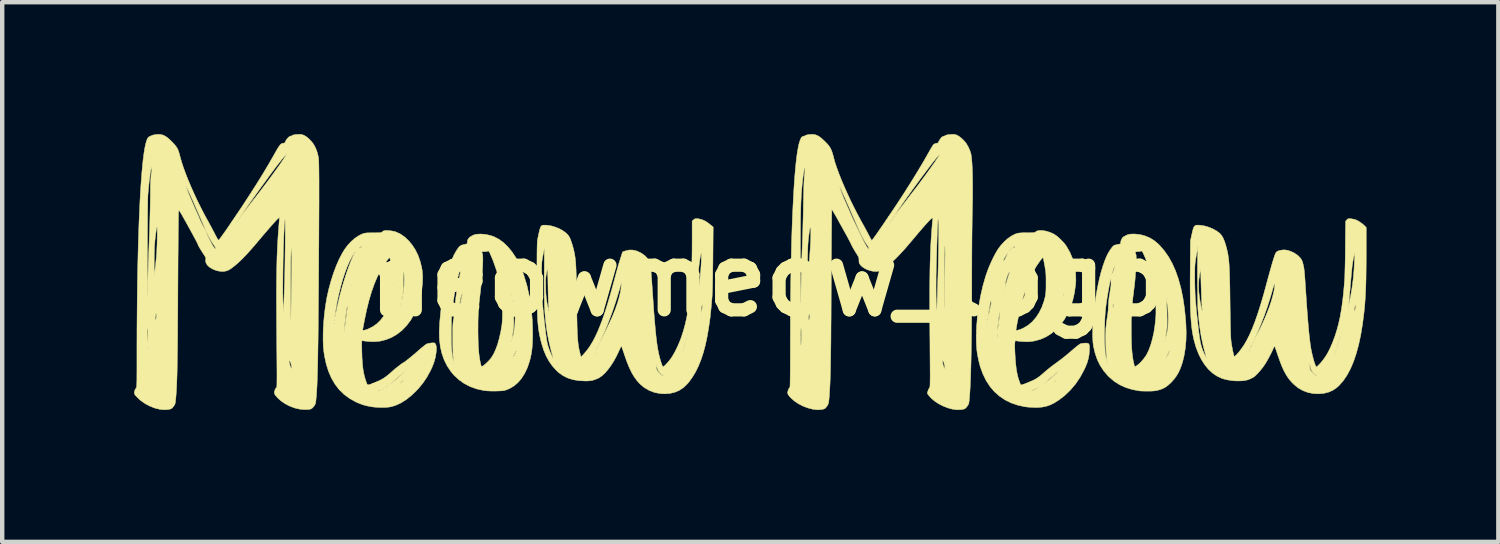
<source format=kicad_pcb>
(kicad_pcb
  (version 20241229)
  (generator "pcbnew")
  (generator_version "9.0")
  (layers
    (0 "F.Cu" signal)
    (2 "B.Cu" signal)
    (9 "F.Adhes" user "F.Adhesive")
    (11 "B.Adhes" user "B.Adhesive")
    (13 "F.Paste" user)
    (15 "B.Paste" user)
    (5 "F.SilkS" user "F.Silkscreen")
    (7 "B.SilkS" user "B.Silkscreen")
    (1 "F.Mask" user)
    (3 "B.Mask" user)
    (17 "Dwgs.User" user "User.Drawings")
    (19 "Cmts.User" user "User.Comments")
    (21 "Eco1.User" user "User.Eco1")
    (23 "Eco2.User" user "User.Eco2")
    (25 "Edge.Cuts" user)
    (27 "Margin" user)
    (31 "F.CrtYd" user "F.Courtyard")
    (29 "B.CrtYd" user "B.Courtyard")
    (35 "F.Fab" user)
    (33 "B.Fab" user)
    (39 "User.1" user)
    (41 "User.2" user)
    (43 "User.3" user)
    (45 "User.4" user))
  (footprint "meowmeow_logo"
    (layer "F.Cu")
    (at 14.087 3.307)
    (property "Reference" "meowmeow_logo" (at 0 0 0) (layer "F.SilkS") (effects (font (size 1.524 1.524) (thickness 0.3))))
    (attr through_hole)
    (fp_poly (pts (xy -6.127 -1.03) (xy -6.043 -1.016) (xy -5.962 -0.995) (xy -5.9 -0.973) (xy -5.792 -0.917) (xy -5.689 -0.842) (xy -5.59 -0.747) (xy -5.498 -0.636) (xy -5.412 -0.508) (xy -5.334 -0.365) (xy -5.264 -0.208) (xy -5.228 -0.109) (xy -5.153 0.138) (xy -5.095 0.397) (xy -5.054 0.668) (xy -5.03 0.951) (xy -5.023 1.201) (xy -5.025 1.341) (xy -5.029 1.463) (xy -5.038 1.572) (xy -5.052 1.672) (xy -5.07 1.766) (xy -5.094 1.858) (xy -5.096 1.864) (xy -5.145 2.008) (xy -5.206 2.136) (xy -5.277 2.248) (xy -5.358 2.343) (xy -5.449 2.42) (xy -5.548 2.479) (xy -5.61 2.505) (xy -5.642 2.516) (xy -5.672 2.523) (xy -5.704 2.528) (xy -5.743 2.532) (xy -5.793 2.534) (xy -5.86 2.536) (xy -5.863 2.536) (xy -5.971 2.536) (xy -6.061 2.532) (xy -6.136 2.523) (xy -6.138 2.523) (xy -6.295 2.488) (xy -6.442 2.436) (xy -6.577 2.367) (xy -6.7 2.28) (xy -6.81 2.179) (xy -6.885 2.089) (xy -6.968 1.964) (xy -6.995 1.91) (xy -6.816 1.91) (xy -6.81 1.916) (xy -6.805 1.91) (xy -6.81 1.905) (xy -6.816 1.91) (xy -6.995 1.91) (xy -7.035 1.831) (xy -7.086 1.688) (xy -7.122 1.534) (xy -7.143 1.368) (xy -7.148 1.201) (xy -6.873 1.201) (xy -6.873 1.317) (xy -6.872 1.415) (xy -6.87 1.499) (xy -6.866 1.571) (xy -6.861 1.635) (xy -6.855 1.695) (xy -6.846 1.752) (xy -6.835 1.812) (xy -6.835 1.813) (xy -6.827 1.85) (xy -6.822 1.867) (xy -6.819 1.866) (xy -6.82 1.847) (xy -6.824 1.812) (xy -6.828 1.782) (xy -6.832 1.744) (xy -6.836 1.686) (xy -6.838 1.61) (xy -6.84 1.518) (xy -6.841 1.413) (xy -6.842 1.349) (xy -6.842 1.252) (xy -6.841 1.174) (xy -6.841 1.143) (xy -6.267 1.143) (xy -6.265 1.298) (xy -6.262 1.434) (xy -6.256 1.553) (xy -6.248 1.659) (xy -6.237 1.754) (xy -6.223 1.839) (xy -6.207 1.917) (xy -6.201 1.939) (xy -6.192 1.968) (xy -6.181 1.977) (xy -6.163 1.971) (xy -6.149 1.961) (xy -6.112 1.933) (xy -6.07 1.895) (xy -6.026 1.852) (xy -5.989 1.811) (xy -5.975 1.794) (xy -5.482 1.794) (xy -5.477 1.799) (xy -5.472 1.794) (xy -5.477 1.789) (xy -5.482 1.794) (xy -5.975 1.794) (xy -5.971 1.789) (xy -5.955 1.764) (xy -5.466 1.764) (xy -5.466 1.767) (xy -5.459 1.759) (xy -5.446 1.736) (xy -5.429 1.704) (xy -5.415 1.673) (xy -5.404 1.646) (xy -5.398 1.627) (xy -5.397 1.618) (xy -5.403 1.623) (xy -5.409 1.633) (xy -5.421 1.656) (xy -5.435 1.686) (xy -5.449 1.718) (xy -5.46 1.746) (xy -5.466 1.764) (xy -5.955 1.764) (xy -5.916 1.702) (xy -5.866 1.596) (xy -5.821 1.473) (xy -5.804 1.413) (xy -5.514 1.413) (xy -5.509 1.418) (xy -5.503 1.413) (xy -5.509 1.408) (xy -5.514 1.413) (xy -5.804 1.413) (xy -5.793 1.376) (xy -5.503 1.376) (xy -5.499 1.385) (xy -5.496 1.383) (xy -5.495 1.37) (xy -5.496 1.369) (xy -5.503 1.37) (xy -5.503 1.376) (xy -5.793 1.376) (xy -5.789 1.36) (xy -5.493 1.36) (xy -5.477 1.307) (xy -5.468 1.271) (xy -5.457 1.224) (xy -5.448 1.173) (xy -5.446 1.159) (xy -5.429 1.022) (xy -5.423 0.882) (xy -5.426 0.744) (xy -5.439 0.615) (xy -5.456 0.524) (xy -5.471 0.46) (xy -5.465 0.513) (xy -5.464 0.539) (xy -5.462 0.582) (xy -5.459 0.639) (xy -5.457 0.705) (xy -5.455 0.778) (xy -5.454 0.815) (xy -5.453 0.902) (xy -5.452 0.97) (xy -5.453 1.026) (xy -5.455 1.071) (xy -5.458 1.111) (xy -5.464 1.148) (xy -5.466 1.165) (xy -5.475 1.215) (xy -5.482 1.263) (xy -5.487 1.301) (xy -5.488 1.312) (xy -5.493 1.36) (xy -5.789 1.36) (xy -5.782 1.334) (xy -5.748 1.182) (xy -5.723 1.032) (xy -5.717 0.973) (xy -5.713 0.898) (xy -5.71 0.811) (xy -5.71 0.717) (xy -5.71 0.62) (xy -5.713 0.526) (xy -5.717 0.437) (xy -5.722 0.36) (xy -5.723 0.36) (xy -5.503 0.36) (xy -5.499 0.369) (xy -5.496 0.367) (xy -5.495 0.354) (xy -5.496 0.353) (xy -5.503 0.354) (xy -5.503 0.36) (xy -5.723 0.36) (xy -5.729 0.302) (xy -5.776 0.052) (xy -5.84 -0.192) (xy -5.922 -0.427) (xy -5.989 -0.585) (xy -6.007 -0.622) (xy -6.019 -0.642) (xy -6.029 -0.649) (xy -6.04 -0.647) (xy -6.043 -0.646) (xy -6.064 -0.64) (xy -6.098 -0.636) (xy -6.122 -0.635) (xy -6.154 -0.634) (xy -6.175 -0.632) (xy -6.181 -0.629) (xy -6.177 -0.617) (xy -6.168 -0.593) (xy -6.166 -0.588) (xy -6.16 -0.56) (xy -6.157 -0.513) (xy -6.156 -0.45) (xy -6.158 -0.371) (xy -6.162 -0.28) (xy -6.168 -0.178) (xy -6.177 -0.068) (xy -6.187 0.048) (xy -6.2 0.169) (xy -6.214 0.292) (xy -6.218 0.323) (xy -6.232 0.445) (xy -6.244 0.554) (xy -6.253 0.656) (xy -6.259 0.756) (xy -6.263 0.86) (xy -6.266 0.972) (xy -6.266 1.099) (xy -6.267 1.143) (xy -6.841 1.143) (xy -6.841 1.11) (xy -6.839 1.059) (xy -6.837 1.017) (xy -6.834 0.981) (xy -6.83 0.949) (xy -6.825 0.917) (xy -6.818 0.882) (xy -6.817 0.878) (xy -6.8 0.77) (xy -6.79 0.65) (xy -6.788 0.619) (xy -6.687 0.619) (xy -6.686 0.683) (xy -6.677 0.63) (xy -6.67 0.59) (xy -6.663 0.542) (xy -6.658 0.503) (xy -6.651 0.459) (xy -6.643 0.418) (xy -6.637 0.392) (xy -6.628 0.36) (xy -6.626 0.338) (xy -6.628 0.33) (xy -6.635 0.336) (xy -6.643 0.355) (xy -6.658 0.407) (xy -6.672 0.471) (xy -6.682 0.539) (xy -6.687 0.601) (xy -6.687 0.619) (xy -6.788 0.619) (xy -6.787 0.603) (xy -6.785 0.557) (xy -6.782 0.511) (xy -6.777 0.464) (xy -6.771 0.412) (xy -6.761 0.351) (xy -6.753 0.302) (xy -6.625 0.302) (xy -6.62 0.307) (xy -6.615 0.302) (xy -6.62 0.296) (xy -6.625 0.302) (xy -6.753 0.302) (xy -6.749 0.28) (xy -6.734 0.194) (xy -6.715 0.09) (xy -6.714 0.085) (xy -6.698 -0.000125) (xy -6.684 -0.079) (xy -6.672 -0.149) (xy -6.662 -0.207) (xy -6.654 -0.252) (xy -6.65 -0.28) (xy -6.649 -0.289) (xy -6.654 -0.285) (xy -6.662 -0.264) (xy -6.674 -0.229) (xy -6.688 -0.184) (xy -6.703 -0.132) (xy -6.718 -0.076) (xy -6.732 -0.021) (xy -6.745 0.032) (xy -6.746 0.037) (xy -6.774 0.173) (xy -6.801 0.324) (xy -6.826 0.485) (xy -6.848 0.651) (xy -6.849 0.656) (xy -6.856 0.717) (xy -6.861 0.774) (xy -6.866 0.831) (xy -6.869 0.891) (xy -6.871 0.958) (xy -6.872 1.036) (xy -6.873 1.13) (xy -6.873 1.201) (xy -7.148 1.201) (xy -7.148 1.189) (xy -7.139 0.996) (xy -7.139 0.989) (xy -7.115 0.737) (xy -7.086 0.5) (xy -7.052 0.28) (xy -7.013 0.077) (xy -6.971 -0.108) (xy -6.923 -0.275) (xy -6.91 -0.312) (xy -6.646 -0.312) (xy -6.641 -0.307) (xy -6.636 -0.312) (xy -6.641 -0.318) (xy -6.646 -0.312) (xy -6.91 -0.312) (xy -6.892 -0.365) (xy -6.636 -0.365) (xy -6.63 -0.36) (xy -6.625 -0.365) (xy -6.63 -0.37) (xy -6.636 -0.365) (xy -6.892 -0.365) (xy -6.872 -0.422) (xy -6.817 -0.55) (xy -6.77 -0.636) (xy -6.734 -0.694) (xy -6.702 -0.736) (xy -6.671 -0.764) (xy -6.638 -0.782) (xy -6.599 -0.794) (xy -6.598 -0.794) (xy -6.562 -0.801) (xy -6.534 -0.808) (xy -6.522 -0.81) (xy -6.513 -0.823) (xy -6.509 -0.851) (xy -6.508 -0.86) (xy -6.504 -0.897) (xy -6.486 -0.928) (xy -6.477 -0.939) (xy -6.457 -0.96) (xy -6.443 -0.972) (xy -6.44 -0.974) (xy -6.428 -0.979) (xy -6.406 -0.992) (xy -6.391 -1.001) (xy -6.344 -1.021) (xy -6.281 -1.032) (xy -6.207 -1.035) (xy -6.127 -1.03)) (stroke (width 0.01) (type solid)) (fill yes) (layer "F.SilkS"))
    (fp_poly (pts (xy 8.728 -1.03) (xy 8.812 -1.017) (xy 8.896 -0.994) (xy 8.913 -0.989) (xy 9.015 -0.945) (xy 9.111 -0.886) (xy 9.203 -0.809) (xy 9.229 -0.784) (xy 9.336 -0.661) (xy 9.433 -0.524) (xy 9.52 -0.369) (xy 9.596 -0.199) (xy 9.662 -0.011) (xy 9.718 0.193) (xy 9.764 0.416) (xy 9.8 0.656) (xy 9.826 0.915) (xy 9.832 1.005) (xy 9.839 1.197) (xy 9.835 1.382) (xy 9.819 1.559) (xy 9.792 1.726) (xy 9.755 1.88) (xy 9.707 2.019) (xy 9.668 2.106) (xy 9.621 2.187) (xy 9.562 2.266) (xy 9.497 2.34) (xy 9.428 2.403) (xy 9.36 2.452) (xy 9.333 2.467) (xy 9.265 2.497) (xy 9.195 2.518) (xy 9.12 2.532) (xy 9.033 2.538) (xy 8.96 2.538) (xy 8.903 2.538) (xy 8.851 2.536) (xy 8.809 2.535) (xy 8.783 2.533) (xy 8.779 2.533) (xy 8.614 2.502) (xy 8.463 2.456) (xy 8.324 2.392) (xy 8.198 2.312) (xy 8.085 2.215) (xy 8.059 2.189) (xy 7.961 2.074) (xy 7.881 1.951) (xy 7.866 1.921) (xy 8.043 1.921) (xy 8.049 1.926) (xy 8.054 1.921) (xy 8.049 1.916) (xy 8.043 1.921) (xy 7.866 1.921) (xy 7.84 1.867) (xy 8.034 1.867) (xy 8.036 1.881) (xy 8.039 1.881) (xy 8.042 1.867) (xy 8.04 1.861) (xy 8.035 1.857) (xy 8.034 1.867) (xy 7.84 1.867) (xy 7.815 1.816) (xy 7.765 1.669) (xy 7.729 1.513) (xy 7.718 1.422) (xy 7.712 1.314) (xy 7.711 1.242) (xy 7.981 1.242) (xy 7.982 1.344) (xy 7.983 1.437) (xy 7.987 1.516) (xy 7.99 1.557) (xy 7.996 1.626) (xy 8.003 1.691) (xy 8.011 1.747) (xy 8.017 1.792) (xy 8.023 1.823) (xy 8.028 1.837) (xy 8.03 1.837) (xy 8.031 1.826) (xy 8.03 1.797) (xy 8.027 1.757) (xy 8.024 1.718) (xy 8.008 1.499) (xy 8.004 1.295) (xy 8.012 1.109) (xy 8.59 1.109) (xy 8.59 1.143) (xy 8.591 1.279) (xy 8.593 1.397) (xy 8.596 1.499) (xy 8.602 1.589) (xy 8.609 1.67) (xy 8.618 1.744) (xy 8.629 1.815) (xy 8.637 1.857) (xy 8.649 1.912) (xy 8.658 1.95) (xy 8.666 1.971) (xy 8.677 1.978) (xy 8.692 1.973) (xy 8.714 1.959) (xy 8.727 1.949) (xy 8.774 1.91) (xy 8.825 1.858) (xy 8.875 1.8) (xy 8.887 1.783) (xy 9.377 1.783) (xy 9.382 1.789) (xy 9.387 1.783) (xy 9.382 1.778) (xy 9.377 1.783) (xy 8.887 1.783) (xy 8.9 1.766) (xy 9.387 1.766) (xy 9.392 1.764) (xy 9.402 1.748) (xy 9.417 1.723) (xy 9.432 1.695) (xy 9.445 1.668) (xy 9.446 1.666) (xy 9.458 1.633) (xy 9.462 1.618) (xy 9.457 1.62) (xy 9.446 1.639) (xy 9.428 1.674) (xy 9.424 1.681) (xy 9.407 1.718) (xy 9.394 1.747) (xy 9.388 1.764) (xy 9.387 1.766) (xy 8.9 1.766) (xy 8.917 1.743) (xy 8.938 1.709) (xy 8.988 1.606) (xy 9.033 1.484) (xy 9.056 1.402) (xy 9.345 1.402) (xy 9.35 1.408) (xy 9.356 1.402) (xy 9.35 1.397) (xy 9.345 1.402) (xy 9.056 1.402) (xy 9.067 1.365) (xy 9.356 1.365) (xy 9.36 1.374) (xy 9.363 1.372) (xy 9.364 1.36) (xy 9.363 1.358) (xy 9.356 1.36) (xy 9.356 1.365) (xy 9.067 1.365) (xy 9.072 1.348) (xy 9.078 1.318) (xy 9.371 1.318) (xy 9.374 1.317) (xy 9.379 1.301) (xy 9.387 1.274) (xy 9.395 1.239) (xy 9.404 1.199) (xy 9.412 1.157) (xy 9.418 1.116) (xy 9.42 1.108) (xy 9.426 1.038) (xy 9.43 0.954) (xy 9.431 0.862) (xy 9.428 0.769) (xy 9.423 0.681) (xy 9.415 0.605) (xy 9.414 0.598) (xy 9.406 0.55) (xy 9.399 0.512) (xy 9.393 0.486) (xy 9.389 0.474) (xy 9.387 0.476) (xy 9.389 0.497) (xy 9.392 0.524) (xy 9.394 0.55) (xy 9.396 0.594) (xy 9.399 0.651) (xy 9.402 0.716) (xy 9.404 0.787) (xy 9.404 0.804) (xy 9.406 0.89) (xy 9.407 0.959) (xy 9.405 1.015) (xy 9.403 1.063) (xy 9.398 1.108) (xy 9.393 1.143) (xy 9.385 1.195) (xy 9.378 1.245) (xy 9.373 1.285) (xy 9.371 1.302) (xy 9.371 1.318) (xy 9.078 1.318) (xy 9.104 1.201) (xy 9.128 1.045) (xy 9.145 0.883) (xy 9.151 0.778) (xy 9.15 0.568) (xy 9.139 0.445) (xy 9.377 0.445) (xy 9.381 0.453) (xy 9.384 0.452) (xy 9.385 0.439) (xy 9.384 0.437) (xy 9.378 0.439) (xy 9.377 0.445) (xy 9.139 0.445) (xy 9.133 0.365) (xy 9.356 0.365) (xy 9.361 0.37) (xy 9.366 0.365) (xy 9.361 0.36) (xy 9.356 0.365) (xy 9.133 0.365) (xy 9.132 0.351) (xy 9.097 0.131) (xy 9.046 -0.088) (xy 8.981 -0.302) (xy 8.902 -0.507) (xy 8.878 -0.561) (xy 8.858 -0.604) (xy 8.844 -0.631) (xy 8.833 -0.644) (xy 8.823 -0.648) (xy 8.811 -0.646) (xy 8.809 -0.645) (xy 8.782 -0.639) (xy 8.746 -0.635) (xy 8.731 -0.635) (xy 8.697 -0.633) (xy 8.682 -0.626) (xy 8.682 -0.608) (xy 8.693 -0.578) (xy 8.698 -0.564) (xy 8.701 -0.546) (xy 8.702 -0.52) (xy 8.702 -0.485) (xy 8.701 -0.437) (xy 8.698 -0.374) (xy 8.694 -0.293) (xy 8.693 -0.279) (xy 8.689 -0.194) (xy 8.685 -0.124) (xy 8.681 -0.066) (xy 8.677 -0.015) (xy 8.673 0.033) (xy 8.667 0.084) (xy 8.661 0.141) (xy 8.652 0.21) (xy 8.642 0.295) (xy 8.641 0.302) (xy 8.626 0.419) (xy 8.615 0.521) (xy 8.606 0.614) (xy 8.599 0.703) (xy 8.595 0.792) (xy 8.592 0.886) (xy 8.59 0.99) (xy 8.59 1.109) (xy 8.012 1.109) (xy 8.012 1.106) (xy 8.032 0.929) (xy 8.045 0.852) (xy 8.055 0.784) (xy 8.064 0.704) (xy 8.069 0.622) (xy 8.07 0.607) (xy 8.172 0.607) (xy 8.172 0.635) (xy 8.174 0.647) (xy 8.176 0.644) (xy 8.179 0.623) (xy 8.185 0.582) (xy 8.187 0.564) (xy 8.195 0.511) (xy 8.204 0.46) (xy 8.213 0.417) (xy 8.217 0.401) (xy 8.227 0.363) (xy 8.232 0.337) (xy 8.231 0.326) (xy 8.225 0.331) (xy 8.216 0.349) (xy 8.201 0.393) (xy 8.188 0.451) (xy 8.178 0.514) (xy 8.172 0.575) (xy 8.172 0.607) (xy 8.07 0.607) (xy 8.071 0.587) (xy 8.072 0.543) (xy 8.075 0.501) (xy 8.079 0.457) (xy 8.085 0.408) (xy 8.094 0.352) (xy 8.105 0.285) (xy 8.119 0.205) (xy 8.137 0.108) (xy 8.143 0.075) (xy 8.159 -0.01) (xy 8.174 -0.088) (xy 8.186 -0.157) (xy 8.196 -0.215) (xy 8.203 -0.258) (xy 8.207 -0.286) (xy 8.208 -0.294) (xy 8.202 -0.287) (xy 8.193 -0.263) (xy 8.181 -0.226) (xy 8.166 -0.177) (xy 8.151 -0.122) (xy 8.135 -0.062) (xy 8.12 -0.002) (xy 8.107 0.053) (xy 8.083 0.171) (xy 8.059 0.304) (xy 8.036 0.444) (xy 8.016 0.584) (xy 8.006 0.667) (xy 7.999 0.736) (xy 7.993 0.821) (xy 7.988 0.919) (xy 7.985 1.025) (xy 7.982 1.134) (xy 7.981 1.242) (xy 7.711 1.242) (xy 7.711 1.19) (xy 7.715 1.055) (xy 7.724 0.909) (xy 7.738 0.757) (xy 7.756 0.6) (xy 7.778 0.442) (xy 7.803 0.285) (xy 7.832 0.132) (xy 7.864 -0.015) (xy 7.899 -0.153) (xy 7.912 -0.198) (xy 7.95 -0.323) (xy 8.213 -0.323) (xy 8.218 -0.318) (xy 8.223 -0.323) (xy 8.218 -0.328) (xy 8.213 -0.323) (xy 7.95 -0.323) (xy 7.951 -0.324) (xy 7.989 -0.433) (xy 8.027 -0.526) (xy 8.068 -0.606) (xy 8.112 -0.677) (xy 8.14 -0.716) (xy 8.165 -0.748) (xy 8.187 -0.768) (xy 8.21 -0.781) (xy 8.243 -0.79) (xy 8.281 -0.798) (xy 8.345 -0.811) (xy 8.35 -0.859) (xy 8.358 -0.889) (xy 8.373 -0.922) (xy 8.391 -0.951) (xy 8.409 -0.97) (xy 8.419 -0.974) (xy 8.43 -0.979) (xy 8.453 -0.993) (xy 8.466 -1.001) (xy 8.512 -1.021) (xy 8.574 -1.033) (xy 8.647 -1.036) (xy 8.728 -1.03)) (stroke (width 0.01) (type solid)) (fill yes) (layer "F.SilkS"))
    (fp_poly (pts (xy -8.273 -1.111) (xy -8.225 -1.104) (xy -8.18 -1.096) (xy -8.146 -1.087) (xy -8.141 -1.086) (xy -8.036 -1.038) (xy -7.938 -0.971) (xy -7.847 -0.887) (xy -7.765 -0.788) (xy -7.692 -0.676) (xy -7.631 -0.552) (xy -7.583 -0.418) (xy -7.548 -0.276) (xy -7.536 -0.207) (xy -7.525 -0.067) (xy -7.529 0.083) (xy -7.546 0.238) (xy -7.577 0.394) (xy -7.62 0.547) (xy -7.674 0.693) (xy -7.718 0.787) (xy -7.799 0.926) (xy -7.892 1.049) (xy -7.995 1.156) (xy -8.108 1.244) (xy -8.229 1.315) (xy -8.357 1.367) (xy -8.492 1.401) (xy -8.633 1.414) (xy -8.763 1.408) (xy -8.812 1.403) (xy -8.854 1.397) (xy -8.885 1.393) (xy -8.897 1.39) (xy -8.902 1.389) (xy -8.906 1.393) (xy -8.909 1.405) (xy -8.911 1.427) (xy -8.911 1.461) (xy -8.911 1.509) (xy -8.909 1.574) (xy -8.908 1.641) (xy -8.904 1.772) (xy -8.897 1.885) (xy -8.888 1.984) (xy -8.876 2.072) (xy -8.86 2.153) (xy -8.841 2.23) (xy -8.817 2.306) (xy -8.81 2.326) (xy -8.799 2.356) (xy -8.79 2.377) (xy -8.779 2.39) (xy -8.764 2.395) (xy -8.741 2.391) (xy -8.707 2.38) (xy -8.681 2.37) (xy -8.252 2.37) (xy -8.251 2.371) (xy -8.241 2.363) (xy -8.239 2.36) (xy -8.032 2.36) (xy -8.022 2.353) (xy -8.003 2.335) (xy -7.99 2.323) (xy -7.971 2.302) (xy -7.96 2.288) (xy -7.96 2.286) (xy -7.97 2.293) (xy -7.989 2.311) (xy -8.001 2.323) (xy -8.021 2.344) (xy -8.031 2.358) (xy -8.032 2.36) (xy -8.239 2.36) (xy -8.236 2.35) (xy -8.238 2.349) (xy -8.248 2.357) (xy -8.25 2.36) (xy -8.252 2.37) (xy -8.681 2.37) (xy -8.659 2.361) (xy -8.62 2.346) (xy -8.223 2.346) (xy -8.216 2.344) (xy -8.196 2.33) (xy -8.166 2.306) (xy -8.128 2.274) (xy -8.086 2.237) (xy -8.042 2.196) (xy -7.998 2.155) (xy -7.98 2.138) (xy -7.947 2.104) (xy -7.924 2.082) (xy -7.915 2.072) (xy -7.919 2.074) (xy -7.931 2.086) (xy -7.965 2.116) (xy -8.008 2.155) (xy -8.057 2.197) (xy -8.106 2.239) (xy -8.109 2.243) (xy -8.15 2.278) (xy -8.185 2.308) (xy -8.209 2.331) (xy -8.222 2.344) (xy -8.223 2.346) (xy -8.62 2.346) (xy -8.599 2.337) (xy -8.505 2.296) (xy -8.424 2.252) (xy -8.349 2.2) (xy -8.272 2.137) (xy -8.25 2.117) (xy -8.202 2.074) (xy -8.15 2.03) (xy -8.097 1.988) (xy -8.049 1.95) (xy -8.007 1.919) (xy -7.976 1.898) (xy -7.969 1.894) (xy -7.941 1.877) (xy -7.899 1.846) (xy -7.846 1.805) (xy -7.783 1.753) (xy -7.712 1.694) (xy -7.635 1.627) (xy -7.62 1.614) (xy -7.57 1.571) (xy -7.523 1.532) (xy -7.482 1.499) (xy -7.45 1.476) (xy -7.431 1.464) (xy -7.401 1.455) (xy -7.36 1.447) (xy -7.323 1.442) (xy -7.285 1.44) (xy -7.262 1.441) (xy -7.248 1.447) (xy -7.238 1.459) (xy -7.236 1.462) (xy -7.22 1.497) (xy -7.213 1.542) (xy -7.212 1.601) (xy -7.218 1.659) (xy -7.236 1.77) (xy -7.267 1.881) (xy -7.312 1.997) (xy -7.351 2.08) (xy -7.429 2.221) (xy -7.516 2.35) (xy -7.617 2.474) (xy -7.667 2.527) (xy -7.782 2.637) (xy -7.899 2.73) (xy -8.016 2.804) (xy -8.133 2.859) (xy -8.228 2.889) (xy -8.291 2.901) (xy -8.37 2.908) (xy -8.457 2.91) (xy -8.548 2.907) (xy -8.636 2.9) (xy -8.683 2.894) (xy -8.794 2.873) (xy -8.895 2.845) (xy -8.993 2.807) (xy -9.054 2.779) (xy -9.191 2.702) (xy -9.314 2.611) (xy -9.4 2.526) (xy -8.537 2.526) (xy -8.53 2.529) (xy -8.508 2.524) (xy -8.498 2.519) (xy -8.49 2.511) (xy -8.498 2.51) (xy -8.518 2.516) (xy -8.525 2.519) (xy -8.537 2.526) (xy -9.4 2.526) (xy -9.423 2.503) (xy -9.423 2.503) (xy -8.477 2.503) (xy -8.472 2.508) (xy -8.467 2.503) (xy -8.472 2.498) (xy -8.477 2.503) (xy -9.423 2.503) (xy -9.431 2.492) (xy -8.456 2.492) (xy -8.451 2.498) (xy -8.445 2.492) (xy -8.451 2.487) (xy -8.456 2.492) (xy -9.431 2.492) (xy -9.44 2.482) (xy -8.435 2.482) (xy -8.43 2.487) (xy -8.424 2.482) (xy -8.43 2.477) (xy -8.435 2.482) (xy -9.44 2.482) (xy -9.448 2.471) (xy -8.414 2.471) (xy -8.408 2.477) (xy -8.403 2.471) (xy -8.408 2.466) (xy -8.414 2.471) (xy -9.448 2.471) (xy -9.464 2.45) (xy -8.382 2.45) (xy -8.377 2.455) (xy -8.371 2.45) (xy -8.377 2.445) (xy -8.382 2.45) (xy -9.464 2.45) (xy -9.472 2.439) (xy -8.361 2.439) (xy -8.356 2.445) (xy -8.35 2.439) (xy -8.356 2.434) (xy -8.361 2.439) (xy -9.472 2.439) (xy -9.489 2.418) (xy -8.329 2.418) (xy -8.324 2.424) (xy -8.319 2.418) (xy -8.324 2.413) (xy -8.329 2.418) (xy -9.489 2.418) (xy -9.518 2.381) (xy -9.599 2.242) (xy -9.666 2.089) (xy -9.719 1.919) (xy -9.759 1.733) (xy -9.774 1.627) (xy -9.785 1.517) (xy -9.789 1.39) (xy -9.789 1.25) (xy -9.787 1.18) (xy -9.312 1.18) (xy -9.311 1.179) (xy -9.307 1.16) (xy -9.305 1.149) (xy -8.89 1.149) (xy -8.881 1.154) (xy -8.857 1.153) (xy -8.821 1.144) (xy -8.779 1.13) (xy -8.752 1.119) (xy -8.651 1.067) (xy -8.563 1.003) (xy -8.484 0.925) (xy -8.41 0.83) (xy -8.402 0.818) (xy -8.328 0.691) (xy -8.284 0.587) (xy -8.043 0.587) (xy -8.038 0.593) (xy -8.033 0.587) (xy -8.038 0.582) (xy -8.043 0.587) (xy -8.284 0.587) (xy -8.27 0.556) (xy -8.033 0.556) (xy -8.027 0.561) (xy -8.022 0.556) (xy -8.027 0.55) (xy -8.033 0.556) (xy -8.27 0.556) (xy -8.27 0.555) (xy -8.252 0.492) (xy -7.839 0.492) (xy -7.835 0.487) (xy -7.824 0.466) (xy -7.824 0.466) (xy -7.814 0.433) (xy -7.806 0.391) (xy -7.804 0.37) (xy -7.802 0.343) (xy -7.802 0.331) (xy -7.805 0.335) (xy -7.811 0.358) (xy -7.821 0.397) (xy -7.832 0.448) (xy -7.839 0.479) (xy -7.839 0.492) (xy -8.252 0.492) (xy -8.245 0.466) (xy -8.012 0.466) (xy -8.008 0.474) (xy -8.005 0.473) (xy -8.003 0.46) (xy -8.005 0.459) (xy -8.011 0.46) (xy -8.012 0.466) (xy -8.245 0.466) (xy -8.235 0.429) (xy -7.999 0.429) (xy -7.998 0.44) (xy -7.993 0.432) (xy -7.99 0.423) (xy -7.984 0.394) (xy -7.982 0.376) (xy -7.983 0.364) (xy -7.987 0.372) (xy -7.99 0.381) (xy -7.997 0.41) (xy -7.999 0.429) (xy -8.235 0.429) (xy -8.229 0.409) (xy -8.221 0.355) (xy -7.977 0.355) (xy -7.961 0.27) (xy -7.953 0.212) (xy -7.947 0.137) (xy -7.945 0.048) (xy -7.944 0.016) (xy -7.945 -0.044) (xy -7.947 -0.097) (xy -7.949 -0.14) (xy -7.952 -0.168) (xy -7.954 -0.177) (xy -7.958 -0.177) (xy -7.961 -0.157) (xy -7.963 -0.117) (xy -7.964 -0.056) (xy -7.964 -0.023) (xy -7.964 0.046) (xy -7.966 0.116) (xy -7.967 0.182) (xy -7.97 0.236) (xy -7.971 0.254) (xy -7.977 0.355) (xy -8.221 0.355) (xy -8.205 0.253) (xy -8.198 0.085) (xy -8.207 -0.095) (xy -8.233 -0.287) (xy -8.233 -0.291) (xy -8.244 -0.354) (xy -8.254 -0.409) (xy -8.263 -0.453) (xy -8.269 -0.484) (xy -8.273 -0.497) (xy -8.273 -0.497) (xy -8.283 -0.494) (xy -8.303 -0.473) (xy -8.331 -0.439) (xy -8.366 -0.392) (xy -8.405 -0.333) (xy -8.405 -0.333) (xy -8.485 -0.203) (xy -8.558 -0.057) (xy -8.626 0.104) (xy -8.689 0.283) (xy -8.747 0.479) (xy -8.8 0.693) (xy -8.849 0.928) (xy -8.853 0.95) (xy -8.865 1.011) (xy -8.875 1.065) (xy -8.883 1.108) (xy -8.888 1.137) (xy -8.89 1.149) (xy -9.305 1.149) (xy -9.301 1.125) (xy -9.294 1.077) (xy -9.286 1.017) (xy -9.282 0.984) (xy -9.272 0.912) (xy -9.263 0.842) (xy -9.254 0.778) (xy -9.247 0.725) (xy -9.242 0.689) (xy -9.241 0.683) (xy -9.235 0.641) (xy -9.233 0.615) (xy -9.235 0.606) (xy -9.241 0.616) (xy -9.249 0.642) (xy -9.253 0.665) (xy -9.259 0.706) (xy -9.267 0.759) (xy -9.275 0.822) (xy -9.283 0.889) (xy -9.291 0.958) (xy -9.299 1.024) (xy -9.305 1.083) (xy -9.31 1.132) (xy -9.312 1.167) (xy -9.312 1.18) (xy -9.787 1.18) (xy -9.784 1.1) (xy -9.777 0.999) (xy -9.545 0.999) (xy -9.543 1.013) (xy -9.54 1.013) (xy -9.537 0.999) (xy -9.539 0.993) (xy -9.544 0.989) (xy -9.545 0.999) (xy -9.777 0.999) (xy -9.774 0.945) (xy -9.771 0.915) (xy -9.534 0.915) (xy -9.532 0.934) (xy -9.529 0.935) (xy -9.529 0.934) (xy -9.527 0.913) (xy -9.528 0.902) (xy -9.532 0.898) (xy -9.533 0.912) (xy -9.534 0.915) (xy -9.771 0.915) (xy -9.765 0.85) (xy -9.523 0.85) (xy -9.522 0.855) (xy -9.517 0.84) (xy -9.508 0.804) (xy -9.496 0.747) (xy -9.483 0.688) (xy -9.467 0.61) (xy -9.447 0.523) (xy -9.427 0.437) (xy -9.408 0.358) (xy -9.398 0.323) (xy -9.368 0.212) (xy -9.155 0.212) (xy -9.151 0.22) (xy -9.148 0.219) (xy -9.146 0.206) (xy -9.148 0.205) (xy -9.154 0.206) (xy -9.155 0.212) (xy -9.368 0.212) (xy -9.364 0.197) (xy -9.354 0.163) (xy -9.142 0.163) (xy -9.141 0.17) (xy -9.135 0.159) (xy -9.125 0.128) (xy -9.121 0.116) (xy -9.109 0.077) (xy -9.093 0.025) (xy -9.076 -0.032) (xy -9.064 -0.07) (xy -9.041 -0.138) (xy -9.018 -0.192) (xy -8.996 -0.227) (xy -8.975 -0.256) (xy -8.966 -0.271) (xy -8.969 -0.272) (xy -8.984 -0.258) (xy -8.997 -0.243) (xy -9.039 -0.184) (xy -9.075 -0.105) (xy -9.106 -0.008) (xy -9.118 0.038) (xy -9.13 0.096) (xy -9.138 0.137) (xy -9.142 0.163) (xy -9.354 0.163) (xy -9.327 0.071) (xy -9.289 -0.052) (xy -9.25 -0.17) (xy -9.211 -0.28) (xy -9.173 -0.381) (xy -9.137 -0.468) (xy -9.104 -0.541) (xy -9.075 -0.596) (xy -9.067 -0.609) (xy -9.047 -0.64) (xy -9.07 -0.614) (xy -9.087 -0.592) (xy -9.109 -0.559) (xy -9.132 -0.521) (xy -9.133 -0.519) (xy -9.187 -0.415) (xy -9.241 -0.292) (xy -9.293 -0.153) (xy -9.343 -0.001) (xy -9.389 0.162) (xy -9.431 0.332) (xy -9.469 0.507) (xy -9.5 0.685) (xy -9.504 0.709) (xy -9.514 0.777) (xy -9.521 0.824) (xy -9.523 0.85) (xy -9.765 0.85) (xy -9.759 0.788) (xy -9.74 0.632) (xy -9.73 0.566) (xy -9.698 0.384) (xy -9.656 0.202) (xy -9.607 0.024) (xy -9.552 -0.148) (xy -9.491 -0.31) (xy -9.426 -0.459) (xy -9.357 -0.592) (xy -9.302 -0.683) (xy -9.278 -0.715) (xy -8.971 -0.715) (xy -8.968 -0.714) (xy -8.949 -0.721) (xy -8.944 -0.723) (xy -8.918 -0.735) (xy -8.904 -0.748) (xy -8.903 -0.75) (xy -8.906 -0.757) (xy -8.921 -0.752) (xy -8.948 -0.734) (xy -8.959 -0.725) (xy -8.971 -0.715) (xy -9.278 -0.715) (xy -9.23 -0.78) (xy -9.149 -0.867) (xy -9.062 -0.942) (xy -8.971 -1.002) (xy -8.895 -1.038) (xy -8.87 -1.047) (xy -8.846 -1.053) (xy -8.818 -1.058) (xy -8.783 -1.061) (xy -8.737 -1.062) (xy -8.675 -1.063) (xy -8.647 -1.063) (xy -8.579 -1.063) (xy -8.529 -1.064) (xy -8.494 -1.066) (xy -8.471 -1.069) (xy -8.457 -1.074) (xy -8.449 -1.08) (xy -8.448 -1.081) (xy -8.422 -1.103) (xy -8.382 -1.114) (xy -8.326 -1.116) (xy -8.273 -1.111)) (stroke (width 0.01) (type solid)) (fill yes) (layer "F.SilkS"))
    (fp_poly (pts (xy 6.601 -1.111) (xy 6.67 -1.096) (xy 6.74 -1.074) (xy 6.808 -1.045) (xy 6.846 -1.024) (xy 6.892 -0.992) (xy 6.945 -0.947) (xy 6.999 -0.895) (xy 7.051 -0.841) (xy 7.093 -0.789) (xy 7.109 -0.767) (xy 7.192 -0.625) (xy 7.256 -0.473) (xy 7.3 -0.315) (xy 7.325 -0.151) (xy 7.33 0.018) (xy 7.324 0.111) (xy 7.299 0.295) (xy 7.26 0.468) (xy 7.207 0.629) (xy 7.142 0.778) (xy 7.065 0.913) (xy 6.976 1.035) (xy 6.877 1.141) (xy 6.768 1.231) (xy 6.65 1.304) (xy 6.523 1.36) (xy 6.388 1.397) (xy 6.281 1.412) (xy 6.241 1.414) (xy 6.189 1.413) (xy 6.133 1.411) (xy 6.076 1.407) (xy 6.025 1.402) (xy 5.985 1.396) (xy 5.964 1.39) (xy 5.953 1.393) (xy 5.946 1.413) (xy 5.941 1.449) (xy 5.94 1.503) (xy 5.941 1.576) (xy 5.945 1.669) (xy 5.947 1.709) (xy 5.955 1.837) (xy 5.965 1.948) (xy 5.977 2.044) (xy 5.992 2.13) (xy 6.01 2.209) (xy 6.033 2.284) (xy 6.054 2.342) (xy 6.062 2.366) (xy 6.07 2.383) (xy 6.079 2.393) (xy 6.093 2.395) (xy 6.116 2.391) (xy 6.128 2.387) (xy 6.572 2.387) (xy 6.578 2.392) (xy 6.583 2.387) (xy 6.578 2.381) (xy 6.572 2.387) (xy 6.128 2.387) (xy 6.15 2.379) (xy 6.198 2.36) (xy 6.199 2.359) (xy 6.617 2.359) (xy 6.619 2.36) (xy 6.628 2.353) (xy 6.63 2.349) (xy 6.633 2.34) (xy 6.632 2.339) (xy 6.622 2.346) (xy 6.62 2.349) (xy 6.617 2.359) (xy 6.199 2.359) (xy 6.243 2.342) (xy 6.269 2.331) (xy 6.65 2.331) (xy 6.653 2.332) (xy 6.669 2.321) (xy 6.849 2.321) (xy 6.85 2.328) (xy 6.851 2.328) (xy 6.86 2.321) (xy 6.87 2.31) (xy 6.879 2.297) (xy 6.874 2.3) (xy 6.866 2.306) (xy 6.849 2.321) (xy 6.669 2.321) (xy 6.669 2.321) (xy 6.695 2.301) (xy 6.728 2.275) (xy 6.764 2.244) (xy 6.783 2.228) (xy 6.807 2.206) (xy 6.84 2.175) (xy 6.877 2.139) (xy 6.895 2.122) (xy 6.92 2.096) (xy 6.934 2.082) (xy 6.934 2.081) (xy 6.922 2.091) (xy 6.895 2.115) (xy 6.857 2.148) (xy 6.813 2.186) (xy 6.767 2.225) (xy 6.766 2.226) (xy 6.725 2.261) (xy 6.691 2.292) (xy 6.665 2.316) (xy 6.651 2.33) (xy 6.65 2.331) (xy 6.269 2.331) (xy 6.319 2.31) (xy 6.382 2.281) (xy 6.437 2.249) (xy 6.491 2.212) (xy 6.549 2.166) (xy 6.599 2.122) (xy 6.649 2.079) (xy 6.702 2.035) (xy 6.753 1.994) (xy 6.794 1.963) (xy 6.797 1.96) (xy 6.841 1.928) (xy 6.895 1.888) (xy 6.949 1.848) (xy 6.983 1.824) (xy 7.025 1.791) (xy 7.079 1.748) (xy 7.138 1.699) (xy 7.198 1.649) (xy 7.239 1.614) (xy 7.289 1.57) (xy 7.337 1.531) (xy 7.378 1.499) (xy 7.41 1.475) (xy 7.429 1.463) (xy 7.46 1.455) (xy 7.501 1.448) (xy 7.54 1.446) (xy 7.578 1.446) (xy 7.606 1.451) (xy 7.624 1.464) (xy 7.634 1.486) (xy 7.639 1.522) (xy 7.639 1.575) (xy 7.638 1.619) (xy 7.63 1.711) (xy 7.614 1.797) (xy 7.589 1.885) (xy 7.552 1.979) (xy 7.519 2.051) (xy 7.428 2.219) (xy 7.323 2.374) (xy 7.204 2.515) (xy 7.074 2.64) (xy 6.944 2.739) (xy 6.846 2.802) (xy 6.755 2.848) (xy 6.665 2.88) (xy 6.571 2.9) (xy 6.469 2.909) (xy 6.409 2.909) (xy 6.346 2.908) (xy 6.28 2.904) (xy 6.219 2.899) (xy 6.176 2.894) (xy 6.011 2.858) (xy 5.858 2.806) (xy 5.718 2.737) (xy 5.591 2.651) (xy 5.476 2.549) (xy 5.458 2.527) (xy 6.321 2.527) (xy 6.326 2.529) (xy 6.342 2.524) (xy 6.371 2.513) (xy 6.403 2.498) (xy 6.435 2.481) (xy 6.458 2.467) (xy 6.466 2.46) (xy 6.458 2.462) (xy 6.435 2.471) (xy 6.406 2.485) (xy 6.371 2.502) (xy 6.343 2.516) (xy 6.329 2.522) (xy 6.321 2.527) (xy 5.458 2.527) (xy 5.392 2.45) (xy 6.477 2.45) (xy 6.482 2.455) (xy 6.488 2.45) (xy 6.482 2.445) (xy 6.477 2.45) (xy 5.392 2.45) (xy 5.375 2.43) (xy 5.288 2.296) (xy 5.215 2.146) (xy 5.155 1.981) (xy 5.119 1.841) (xy 5.1 1.747) (xy 5.085 1.661) (xy 5.075 1.577) (xy 5.069 1.489) (xy 5.066 1.39) (xy 5.065 1.302) (xy 5.066 1.275) (xy 5.538 1.275) (xy 5.539 1.3) (xy 5.541 1.31) (xy 5.543 1.305) (xy 5.544 1.276) (xy 5.543 1.252) (xy 5.54 1.244) (xy 5.539 1.256) (xy 5.538 1.275) (xy 5.066 1.275) (xy 5.07 1.157) (xy 5.967 1.157) (xy 6.01 1.151) (xy 6.04 1.143) (xy 6.081 1.129) (xy 6.126 1.109) (xy 6.144 1.1) (xy 6.246 1.038) (xy 6.34 0.958) (xy 6.424 0.861) (xy 6.497 0.749) (xy 6.559 0.624) (xy 6.575 0.577) (xy 6.816 0.577) (xy 6.821 0.582) (xy 6.826 0.577) (xy 6.821 0.572) (xy 6.816 0.577) (xy 6.575 0.577) (xy 6.583 0.556) (xy 6.826 0.556) (xy 6.832 0.561) (xy 6.837 0.556) (xy 6.832 0.55) (xy 6.826 0.556) (xy 6.583 0.556) (xy 6.598 0.513) (xy 7.006 0.513) (xy 7.011 0.519) (xy 7.017 0.513) (xy 7.011 0.508) (xy 7.006 0.513) (xy 6.598 0.513) (xy 6.608 0.486) (xy 6.608 0.484) (xy 7.017 0.484) (xy 7.019 0.487) (xy 7.026 0.476) (xy 7.036 0.453) (xy 7.043 0.434) (xy 7.053 0.395) (xy 7.057 0.356) (xy 7.057 0.342) (xy 7.055 0.322) (xy 7.052 0.318) (xy 7.048 0.331) (xy 7.042 0.363) (xy 7.04 0.37) (xy 7.033 0.41) (xy 7.025 0.444) (xy 7.021 0.463) (xy 7.017 0.484) (xy 6.608 0.484) (xy 6.616 0.455) (xy 6.847 0.455) (xy 6.851 0.464) (xy 6.854 0.462) (xy 6.856 0.45) (xy 6.854 0.448) (xy 6.848 0.449) (xy 6.847 0.455) (xy 6.616 0.455) (xy 6.625 0.418) (xy 6.86 0.418) (xy 6.861 0.43) (xy 6.866 0.422) (xy 6.869 0.413) (xy 6.875 0.384) (xy 6.877 0.365) (xy 6.876 0.354) (xy 6.872 0.361) (xy 6.869 0.37) (xy 6.862 0.399) (xy 6.86 0.418) (xy 6.625 0.418) (xy 6.632 0.392) (xy 6.639 0.355) (xy 6.64 0.344) (xy 6.881 0.344) (xy 6.902 0.217) (xy 6.913 0.135) (xy 6.918 0.062) (xy 6.917 -0.011) (xy 6.917 -0.021) (xy 6.913 -0.087) (xy 6.909 -0.133) (xy 6.905 -0.16) (xy 6.901 -0.168) (xy 6.898 -0.155) (xy 6.896 -0.123) (xy 6.895 -0.069) (xy 6.895 -0.051) (xy 6.894 0.018) (xy 6.893 0.092) (xy 6.891 0.164) (xy 6.888 0.222) (xy 6.881 0.344) (xy 6.64 0.344) (xy 6.644 0.316) (xy 6.648 0.271) (xy 6.65 0.216) (xy 6.651 0.147) (xy 6.651 0.074) (xy 6.651 -0.006) (xy 6.65 -0.07) (xy 6.648 -0.123) (xy 6.644 -0.171) (xy 6.638 -0.217) (xy 6.63 -0.267) (xy 6.622 -0.312) (xy 6.611 -0.369) (xy 6.602 -0.419) (xy 6.594 -0.459) (xy 6.588 -0.484) (xy 6.587 -0.49) (xy 6.581 -0.496) (xy 6.57 -0.49) (xy 6.552 -0.471) (xy 6.524 -0.437) (xy 6.438 -0.314) (xy 6.356 -0.172) (xy 6.279 -0.012) (xy 6.209 0.163) (xy 6.145 0.353) (xy 6.091 0.547) (xy 6.077 0.609) (xy 6.059 0.684) (xy 6.041 0.767) (xy 6.023 0.852) (xy 6.006 0.936) (xy 5.991 1.012) (xy 5.98 1.076) (xy 5.974 1.11) (xy 5.967 1.157) (xy 5.07 1.157) (xy 5.07 1.148) (xy 5.547 1.148) (xy 5.549 1.151) (xy 5.552 1.135) (xy 5.558 1.102) (xy 5.565 1.056) (xy 5.573 0.997) (xy 5.578 0.963) (xy 5.587 0.892) (xy 5.596 0.824) (xy 5.604 0.764) (xy 5.61 0.716) (xy 5.614 0.684) (xy 5.615 0.678) (xy 5.618 0.645) (xy 5.617 0.629) (xy 5.611 0.629) (xy 5.602 0.644) (xy 5.598 0.669) (xy 5.598 0.67) (xy 5.597 0.691) (xy 5.593 0.729) (xy 5.587 0.78) (xy 5.58 0.84) (xy 5.572 0.905) (xy 5.564 0.971) (xy 5.557 1.032) (xy 5.551 1.085) (xy 5.548 1.125) (xy 5.547 1.148) (xy 5.07 1.148) (xy 5.072 1.074) (xy 5.302 1.074) (xy 5.308 1.079) (xy 5.313 1.074) (xy 5.308 1.069) (xy 5.302 1.074) (xy 5.072 1.074) (xy 5.072 1.071) (xy 5.08 0.978) (xy 5.314 0.978) (xy 5.316 0.992) (xy 5.319 0.992) (xy 5.322 0.978) (xy 5.32 0.972) (xy 5.315 0.968) (xy 5.314 0.978) (xy 5.08 0.978) (xy 5.086 0.9) (xy 5.326 0.9) (xy 5.327 0.919) (xy 5.33 0.921) (xy 5.331 0.918) (xy 5.332 0.891) (xy 5.331 0.881) (xy 5.328 0.878) (xy 5.326 0.892) (xy 5.326 0.9) (xy 5.086 0.9) (xy 5.091 0.836) (xy 5.336 0.836) (xy 5.339 0.833) (xy 5.345 0.81) (xy 5.355 0.766) (xy 5.366 0.714) (xy 5.38 0.652) (xy 5.389 0.609) (xy 5.62 0.609) (xy 5.625 0.614) (xy 5.63 0.609) (xy 5.625 0.603) (xy 5.62 0.609) (xy 5.389 0.609) (xy 5.397 0.576) (xy 5.416 0.495) (xy 5.435 0.416) (xy 5.445 0.376) (xy 5.48 0.243) (xy 5.492 0.201) (xy 5.704 0.201) (xy 5.708 0.21) (xy 5.711 0.208) (xy 5.713 0.196) (xy 5.711 0.194) (xy 5.705 0.195) (xy 5.704 0.201) (xy 5.492 0.201) (xy 5.504 0.159) (xy 5.718 0.159) (xy 5.72 0.156) (xy 5.725 0.143) (xy 5.733 0.119) (xy 5.745 0.081) (xy 5.761 0.028) (xy 5.783 -0.043) (xy 5.794 -0.079) (xy 5.821 -0.155) (xy 5.846 -0.21) (xy 5.865 -0.238) (xy 5.881 -0.26) (xy 5.884 -0.266) (xy 5.873 -0.257) (xy 5.839 -0.217) (xy 5.805 -0.159) (xy 5.775 -0.089) (xy 5.749 -0.011) (xy 5.73 0.071) (xy 5.721 0.127) (xy 5.719 0.142) (xy 5.718 0.154) (xy 5.718 0.159) (xy 5.504 0.159) (xy 5.518 0.109) (xy 5.559 -0.023) (xy 5.6 -0.151) (xy 5.642 -0.27) (xy 5.682 -0.377) (xy 5.721 -0.469) (xy 5.747 -0.527) (xy 5.767 -0.568) (xy 5.776 -0.593) (xy 5.777 -0.601) (xy 5.769 -0.593) (xy 5.754 -0.571) (xy 5.732 -0.535) (xy 5.706 -0.488) (xy 5.648 -0.368) (xy 5.592 -0.23) (xy 5.538 -0.078) (xy 5.488 0.087) (xy 5.442 0.261) (xy 5.401 0.441) (xy 5.366 0.624) (xy 5.361 0.656) (xy 5.349 0.729) (xy 5.341 0.784) (xy 5.337 0.82) (xy 5.336 0.836) (xy 5.091 0.836) (xy 5.091 0.835) (xy 5.122 0.598) (xy 5.164 0.366) (xy 5.216 0.141) (xy 5.277 -0.072) (xy 5.324 -0.207) (xy 5.357 -0.291) (xy 5.396 -0.38) (xy 5.438 -0.47) (xy 5.481 -0.555) (xy 5.523 -0.631) (xy 5.534 -0.649) (xy 5.811 -0.649) (xy 5.813 -0.646) (xy 5.814 -0.646) (xy 5.822 -0.653) (xy 5.839 -0.671) (xy 5.848 -0.68) (xy 5.875 -0.709) (xy 5.879 -0.709) (xy 5.913 -0.721) (xy 5.937 -0.731) (xy 5.948 -0.741) (xy 5.948 -0.742) (xy 5.941 -0.751) (xy 5.923 -0.745) (xy 5.904 -0.73) (xy 5.879 -0.709) (xy 5.875 -0.709) (xy 5.879 -0.714) (xy 5.845 -0.683) (xy 5.821 -0.661) (xy 5.811 -0.649) (xy 5.534 -0.649) (xy 5.561 -0.692) (xy 5.561 -0.693) (xy 5.628 -0.782) (xy 5.703 -0.863) (xy 5.783 -0.933) (xy 5.866 -0.991) (xy 5.947 -1.033) (xy 5.975 -1.043) (xy 6.003 -1.051) (xy 6.033 -1.057) (xy 6.069 -1.06) (xy 6.116 -1.063) (xy 6.177 -1.064) (xy 6.218 -1.064) (xy 6.285 -1.064) (xy 6.334 -1.065) (xy 6.367 -1.067) (xy 6.39 -1.07) (xy 6.403 -1.074) (xy 6.41 -1.081) (xy 6.411 -1.081) (xy 6.439 -1.102) (xy 6.483 -1.114) (xy 6.538 -1.117) (xy 6.601 -1.111)) (stroke (width 0.01) (type solid)) (fill yes) (layer "F.SilkS"))
    (fp_poly (pts (xy -1.267 -1.384) (xy -1.212 -1.373) (xy -1.201 -1.37) (xy -1.144 -1.351) (xy -1.09 -1.325) (xy -1.034 -1.287) (xy -0.983 -1.247) (xy -0.918 -1.193) (xy -0.924 -0.493) (xy -0.925 -0.368) (xy -0.927 -0.245) (xy -0.928 -0.127) (xy -0.93 -0.016) (xy -0.932 0.087) (xy -0.934 0.178) (xy -0.936 0.255) (xy -0.939 0.316) (xy -0.941 0.359) (xy -0.941 0.365) (xy -0.963 0.629) (xy -0.989 0.874) (xy -1.021 1.1) (xy -1.057 1.307) (xy -1.098 1.498) (xy -1.145 1.672) (xy -1.198 1.831) (xy -1.257 1.976) (xy -1.322 2.107) (xy -1.394 2.226) (xy -1.472 2.333) (xy -1.501 2.367) (xy -1.586 2.451) (xy -1.681 2.516) (xy -1.786 2.562) (xy -1.901 2.59) (xy -2.024 2.599) (xy -2.123 2.593) (xy -2.25 2.569) (xy -2.368 2.525) (xy -2.476 2.463) (xy -2.508 2.439) (xy -2.583 2.375) (xy -2.65 2.301) (xy -2.713 2.215) (xy -2.772 2.116) (xy -2.827 2) (xy -2.84 1.97) (xy -2.211 1.97) (xy -2.209 2.008) (xy -2.203 2.041) (xy -2.201 2.05) (xy -2.186 2.075) (xy -2.162 2.105) (xy -2.133 2.137) (xy -2.103 2.164) (xy -2.076 2.184) (xy -2.059 2.191) (xy -2.049 2.189) (xy -2.055 2.182) (xy -2.071 2.172) (xy -2.103 2.148) (xy -2.137 2.112) (xy -2.166 2.073) (xy -2.182 2.043) (xy -2.191 2.015) (xy -2.199 1.98) (xy -2.201 1.968) (xy -2.209 1.921) (xy -2.211 1.97) (xy -2.84 1.97) (xy -2.881 1.868) (xy -2.934 1.718) (xy -2.954 1.656) (xy -2.973 1.602) (xy -2.988 1.558) (xy -3 1.528) (xy -3.006 1.514) (xy -3.006 1.514) (xy -3.013 1.523) (xy -3.026 1.547) (xy -3.043 1.584) (xy -3.064 1.629) (xy -3.065 1.632) (xy -3.121 1.749) (xy -3.182 1.86) (xy -3.247 1.961) (xy -3.314 2.051) (xy -3.381 2.128) (xy -3.447 2.189) (xy -3.51 2.233) (xy -3.527 2.242) (xy -3.595 2.271) (xy -3.655 2.291) (xy -3.716 2.302) (xy -3.785 2.307) (xy -3.826 2.307) (xy -3.973 2.3) (xy -4.106 2.277) (xy -4.227 2.239) (xy -4.335 2.185) (xy -4.434 2.114) (xy -4.488 2.063) (xy -4.576 1.965) (xy -4.652 1.857) (xy -4.717 1.738) (xy -4.773 1.605) (xy -4.82 1.455) (xy -4.842 1.371) (xy -4.856 1.309) (xy -4.869 1.248) (xy -4.88 1.187) (xy -4.89 1.123) (xy -4.898 1.054) (xy -4.905 0.98) (xy -4.911 0.899) (xy -4.915 0.808) (xy -4.919 0.707) (xy -4.922 0.593) (xy -4.924 0.465) (xy -4.925 0.322) (xy -4.926 0.161) (xy -4.926 -0.019) (xy -4.926 -0.074) (xy -4.926 -0.093) (xy -4.82 -0.093) (xy -4.82 -0.032) (xy -4.82 0.067) (xy -4.819 0.156) (xy -4.818 0.236) (xy -4.815 0.311) (xy -4.811 0.386) (xy -4.806 0.462) (xy -4.8 0.544) (xy -4.791 0.634) (xy -4.781 0.736) (xy -4.768 0.854) (xy -4.757 0.961) (xy -4.743 1.079) (xy -4.731 1.178) (xy -4.721 1.261) (xy -4.711 1.33) (xy -4.702 1.388) (xy -4.693 1.436) (xy -4.684 1.477) (xy -4.674 1.513) (xy -4.663 1.547) (xy -4.66 1.556) (xy -4.644 1.599) (xy -4.625 1.646) (xy -4.606 1.692) (xy -4.587 1.733) (xy -4.572 1.766) (xy -4.561 1.785) (xy -4.558 1.789) (xy -4.558 1.779) (xy -4.564 1.755) (xy -4.574 1.722) (xy -4.594 1.654) (xy -4.615 1.572) (xy -4.637 1.481) (xy -4.658 1.39) (xy -4.675 1.303) (xy -4.688 1.237) (xy -4.704 1.135) (xy -4.718 1.036) (xy -4.729 0.937) (xy -4.739 0.836) (xy -4.747 0.73) (xy -4.753 0.618) (xy -4.757 0.497) (xy -4.76 0.364) (xy -4.761 0.217) (xy -4.762 0.092) (xy -4.73 0.092) (xy -4.728 0.161) (xy -4.727 0.196) (xy -4.723 0.312) (xy -4.714 0.415) (xy -4.701 0.511) (xy -4.682 0.608) (xy -4.662 0.691) (xy -4.655 0.713) (xy -4.651 0.717) (xy -4.65 0.704) (xy -4.654 0.676) (xy -4.657 0.656) (xy -4.659 0.632) (xy -4.662 0.591) (xy -4.665 0.533) (xy -4.667 0.462) (xy -4.67 0.381) (xy -4.672 0.292) (xy -4.674 0.197) (xy -4.674 0.172) (xy -4.676 0.079) (xy -4.677 -0.006) (xy -4.679 -0.082) (xy -4.681 -0.147) (xy -4.682 -0.197) (xy -4.683 -0.232) (xy -4.685 -0.249) (xy -4.685 -0.25) (xy -4.688 -0.239) (xy -4.695 -0.211) (xy -4.703 -0.171) (xy -4.711 -0.131) (xy -4.719 -0.088) (xy -4.724 -0.048) (xy -4.728 -0.008) (xy -4.729 0.037) (xy -4.73 0.092) (xy -4.762 0.092) (xy -4.762 0.054) (xy -4.761 -0.127) (xy -4.76 -0.153) (xy -4.759 -0.261) (xy -4.759 -0.362) (xy -4.758 -0.453) (xy -4.758 -0.533) (xy -4.758 -0.6) (xy -4.758 -0.653) (xy -4.758 -0.69) (xy -4.759 -0.708) (xy -4.759 -0.709) (xy -4.763 -0.689) (xy -4.769 -0.653) (xy -4.778 -0.606) (xy -4.789 -0.551) (xy -4.792 -0.534) (xy -4.8 -0.493) (xy -4.806 -0.457) (xy -4.811 -0.423) (xy -4.815 -0.389) (xy -4.817 -0.35) (xy -4.819 -0.304) (xy -4.82 -0.248) (xy -4.82 -0.178) (xy -4.82 -0.093) (xy -4.926 -0.093) (xy -4.926 -0.223) (xy -4.926 -0.352) (xy -4.925 -0.463) (xy -4.925 -0.558) (xy -4.924 -0.638) (xy -4.923 -0.705) (xy -4.922 -0.76) (xy -4.92 -0.805) (xy -4.919 -0.842) (xy -4.916 -0.871) (xy -4.914 -0.896) (xy -4.911 -0.917) (xy -4.908 -0.931) (xy -4.89 -1.018) (xy -4.875 -1.086) (xy -4.862 -1.138) (xy -4.85 -1.176) (xy -4.838 -1.203) (xy -4.825 -1.22) (xy -4.811 -1.23) (xy -4.798 -1.234) (xy -4.774 -1.237) (xy -4.737 -1.237) (xy -4.695 -1.235) (xy -4.606 -1.221) (xy -4.517 -1.196) (xy -4.43 -1.162) (xy -4.351 -1.12) (xy -4.282 -1.072) (xy -4.226 -1.021) (xy -4.188 -0.967) (xy -4.186 -0.964) (xy -4.165 -0.916) (xy -4.142 -0.852) (xy -4.119 -0.779) (xy -4.097 -0.701) (xy -4.079 -0.626) (xy -4.075 -0.607) (xy -4.068 -0.567) (xy -4.061 -0.525) (xy -4.055 -0.48) (xy -4.049 -0.431) (xy -4.045 -0.375) (xy -4.041 -0.312) (xy -4.037 -0.24) (xy -4.034 -0.156) (xy -4.031 -0.06) (xy -4.029 0.05) (xy -4.027 0.177) (xy -4.024 0.321) (xy -4.022 0.484) (xy -4.022 0.519) (xy -4.02 0.683) (xy -4.018 0.829) (xy -4.015 0.957) (xy -4.013 1.069) (xy -4.009 1.166) (xy -4.006 1.252) (xy -4.001 1.326) (xy -3.996 1.392) (xy -3.99 1.451) (xy -3.983 1.504) (xy -3.975 1.553) (xy -3.965 1.601) (xy -3.954 1.648) (xy -3.942 1.697) (xy -3.937 1.714) (xy -3.924 1.762) (xy -3.856 1.689) (xy -3.828 1.656) (xy -3.609 1.656) (xy -3.604 1.662) (xy -3.598 1.656) (xy -3.604 1.651) (xy -3.609 1.656) (xy -3.828 1.656) (xy -3.786 1.606) (xy -3.768 1.582) (xy -3.577 1.582) (xy -3.572 1.587) (xy -3.567 1.582) (xy -3.572 1.577) (xy -3.577 1.582) (xy -3.768 1.582) (xy -3.753 1.561) (xy -3.567 1.561) (xy -3.561 1.566) (xy -3.556 1.561) (xy -3.561 1.556) (xy -3.567 1.561) (xy -3.753 1.561) (xy -3.738 1.54) (xy -3.556 1.54) (xy -3.551 1.545) (xy -3.545 1.54) (xy -3.551 1.535) (xy -3.556 1.54) (xy -3.738 1.54) (xy -3.723 1.519) (xy -3.545 1.519) (xy -3.54 1.524) (xy -3.535 1.519) (xy -3.54 1.513) (xy -3.545 1.519) (xy -3.723 1.519) (xy -3.719 1.514) (xy -3.709 1.498) (xy -3.535 1.498) (xy -3.53 1.503) (xy -3.524 1.498) (xy -3.53 1.492) (xy -3.535 1.498) (xy -3.709 1.498) (xy -3.697 1.476) (xy -3.524 1.476) (xy -3.519 1.482) (xy -3.514 1.476) (xy -3.519 1.471) (xy -3.524 1.476) (xy -3.697 1.476) (xy -3.684 1.455) (xy -3.514 1.455) (xy -3.508 1.46) (xy -3.503 1.455) (xy -3.508 1.45) (xy -3.514 1.455) (xy -3.684 1.455) (xy -3.671 1.434) (xy -3.503 1.434) (xy -3.498 1.439) (xy -3.493 1.434) (xy -3.498 1.429) (xy -3.503 1.434) (xy -3.671 1.434) (xy -3.658 1.413) (xy -3.493 1.413) (xy -3.487 1.418) (xy -3.482 1.413) (xy -3.487 1.408) (xy -3.493 1.413) (xy -3.658 1.413) (xy -3.656 1.41) (xy -3.649 1.396) (xy -3.481 1.396) (xy -3.476 1.39) (xy -3.464 1.368) (xy -3.445 1.332) (xy -3.422 1.285) (xy -3.394 1.229) (xy -3.364 1.167) (xy -3.333 1.103) (xy -3.302 1.037) (xy -3.272 0.974) (xy -3.245 0.916) (xy -3.222 0.865) (xy -3.206 0.829) (xy -3.144 0.675) (xy -3.093 0.53) (xy -3.054 0.396) (xy -3.026 0.276) (xy -3.011 0.17) (xy -3.01 0.148) (xy -3.005 0.069) (xy -3.048 0.222) (xy -3.097 0.386) (xy -3.15 0.553) (xy -3.207 0.721) (xy -3.267 0.883) (xy -3.326 1.038) (xy -3.385 1.179) (xy -3.43 1.278) (xy -3.45 1.322) (xy -3.467 1.36) (xy -3.478 1.385) (xy -3.481 1.396) (xy -3.649 1.396) (xy -3.595 1.291) (xy -3.533 1.155) (xy -3.49 1.048) (xy -3.453 0.952) (xy -3.417 0.852) (xy -3.38 0.744) (xy -3.343 0.628) (xy -3.304 0.5) (xy -3.263 0.359) (xy -3.219 0.204) (xy -3.172 0.031) (xy -3.134 -0.111) (xy -3.113 -0.188) (xy -3.09 -0.271) (xy -3.066 -0.354) (xy -3.043 -0.428) (xy -3.03 -0.47) (xy -2.979 -0.628) (xy -2.91 -0.653) (xy -2.827 -0.672) (xy -2.741 -0.67) (xy -2.652 -0.648) (xy -2.561 -0.605) (xy -2.518 -0.577) (xy -2.464 -0.535) (xy -2.421 -0.489) (xy -2.389 -0.437) (xy -2.365 -0.373) (xy -2.346 -0.294) (xy -2.339 -0.254) (xy -2.336 -0.229) (xy -2.332 -0.186) (xy -2.327 -0.126) (xy -2.322 -0.053) (xy -2.315 0.031) (xy -2.309 0.124) (xy -2.302 0.224) (xy -2.296 0.307) (xy -2.282 0.517) (xy -2.269 0.708) (xy -2.255 0.88) (xy -2.242 1.034) (xy -2.23 1.172) (xy -2.217 1.295) (xy -2.204 1.404) (xy -2.191 1.5) (xy -2.177 1.584) (xy -2.163 1.658) (xy -2.152 1.709) (xy -2.136 1.772) (xy -2.119 1.833) (xy -2.102 1.889) (xy -2.085 1.936) (xy -2.071 1.969) (xy -2.062 1.984) (xy -2.051 1.982) (xy -2.029 1.966) (xy -2 1.938) (xy -1.966 1.902) (xy -1.93 1.86) (xy -1.894 1.815) (xy -1.864 1.774) (xy -1.824 1.709) (xy -1.651 1.709) (xy -1.646 1.714) (xy -1.64 1.709) (xy -1.646 1.704) (xy -1.651 1.709) (xy -1.824 1.709) (xy -1.822 1.707) (xy -1.778 1.625) (xy -1.772 1.614) (xy -1.619 1.614) (xy -1.614 1.619) (xy -1.609 1.614) (xy -1.614 1.609) (xy -1.619 1.614) (xy -1.772 1.614) (xy -1.757 1.582) (xy -1.609 1.582) (xy -1.603 1.587) (xy -1.598 1.582) (xy -1.603 1.577) (xy -1.609 1.582) (xy -1.757 1.582) (xy -1.741 1.55) (xy -1.598 1.55) (xy -1.593 1.556) (xy -1.587 1.55) (xy -1.593 1.545) (xy -1.598 1.55) (xy -1.741 1.55) (xy -1.733 1.534) (xy -1.726 1.519) (xy -1.587 1.519) (xy -1.582 1.524) (xy -1.577 1.519) (xy -1.582 1.513) (xy -1.587 1.519) (xy -1.726 1.519) (xy -1.71 1.482) (xy -1.577 1.482) (xy -1.573 1.49) (xy -1.57 1.489) (xy -1.569 1.476) (xy -1.57 1.475) (xy -1.576 1.476) (xy -1.577 1.482) (xy -1.71 1.482) (xy -1.694 1.445) (xy -1.566 1.445) (xy -1.561 1.45) (xy -1.556 1.445) (xy -1.561 1.439) (xy -1.566 1.445) (xy -1.694 1.445) (xy -1.691 1.438) (xy -1.681 1.413) (xy -1.556 1.413) (xy -1.55 1.418) (xy -1.545 1.413) (xy -1.55 1.408) (xy -1.556 1.413) (xy -1.681 1.413) (xy -1.668 1.381) (xy -1.545 1.381) (xy -1.54 1.386) (xy -1.535 1.381) (xy -1.54 1.376) (xy -1.545 1.381) (xy -1.668 1.381) (xy -1.656 1.349) (xy -1.535 1.349) (xy -1.529 1.355) (xy -1.524 1.349) (xy -1.529 1.344) (xy -1.535 1.349) (xy -1.656 1.349) (xy -1.654 1.344) (xy -1.643 1.312) (xy -1.62 1.244) (xy -1.503 1.244) (xy -1.498 1.249) (xy -1.492 1.244) (xy -1.498 1.238) (xy -1.503 1.244) (xy -1.62 1.244) (xy -1.599 1.178) (xy -1.561 1.041) (xy -1.527 0.897) (xy -1.506 0.788) (xy -1.196 0.788) (xy -1.191 0.794) (xy -1.185 0.788) (xy -1.191 0.783) (xy -1.196 0.788) (xy -1.506 0.788) (xy -1.498 0.747) (xy -1.497 0.746) (xy -1.195 0.746) (xy -1.179 0.699) (xy -1.17 0.659) (xy -1.166 0.618) (xy -1.165 0.609) (xy -1.166 0.566) (xy -1.18 0.609) (xy -1.189 0.648) (xy -1.194 0.691) (xy -1.194 0.699) (xy -1.195 0.746) (xy -1.497 0.746) (xy -1.474 0.597) (xy -1.333 0.597) (xy -1.331 0.611) (xy -1.327 0.611) (xy -1.325 0.597) (xy -1.326 0.591) (xy -1.331 0.587) (xy -1.333 0.597) (xy -1.474 0.597) (xy -1.472 0.588) (xy -1.466 0.535) (xy -1.321 0.535) (xy -1.32 0.549) (xy -1.316 0.543) (xy -1.309 0.519) (xy -1.299 0.477) (xy -1.287 0.419) (xy -1.273 0.343) (xy -1.265 0.302) (xy -1.247 0.189) (xy -1.23 0.066) (xy -1.215 -0.062) (xy -1.203 -0.19) (xy -1.194 -0.314) (xy -1.188 -0.427) (xy -1.187 -0.525) (xy -1.187 -0.529) (xy -1.188 -0.619) (xy -1.202 -0.556) (xy -1.214 -0.497) (xy -1.225 -0.43) (xy -1.236 -0.352) (xy -1.246 -0.261) (xy -1.257 -0.154) (xy -1.269 -0.029) (xy -1.276 0.048) (xy -1.283 0.132) (xy -1.29 0.214) (xy -1.297 0.29) (xy -1.303 0.356) (xy -1.308 0.409) (xy -1.312 0.445) (xy -1.313 0.45) (xy -1.319 0.503) (xy -1.321 0.535) (xy -1.466 0.535) (xy -1.451 0.418) (xy -1.433 0.237) (xy -1.42 0.043) (xy -1.409 -0.167) (xy -1.402 -0.393) (xy -1.398 -0.637) (xy -1.397 -0.858) (xy -1.397 -1.33) (xy -1.367 -1.358) (xy -1.341 -1.377) (xy -1.309 -1.385) (xy -1.267 -1.384)) (stroke (width 0.01) (type solid)) (fill yes) (layer "F.SilkS"))
    (fp_poly (pts (xy 13.582 -1.382) (xy 13.587 -1.382) (xy 13.631 -1.375) (xy 13.675 -1.365) (xy 13.698 -1.358) (xy 13.748 -1.333) (xy 13.804 -1.298) (xy 13.857 -1.258) (xy 13.896 -1.223) (xy 13.933 -1.184) (xy 13.933 -0.552) (xy 13.932 -0.355) (xy 13.93 -0.177) (xy 13.928 -0.015) (xy 13.924 0.133) (xy 13.919 0.27) (xy 13.912 0.398) (xy 13.904 0.52) (xy 13.894 0.639) (xy 13.882 0.755) (xy 13.867 0.873) (xy 13.851 0.995) (xy 13.848 1.021) (xy 13.808 1.261) (xy 13.761 1.482) (xy 13.706 1.684) (xy 13.644 1.867) (xy 13.574 2.031) (xy 13.497 2.175) (xy 13.412 2.3) (xy 13.319 2.406) (xy 13.262 2.458) (xy 13.173 2.519) (xy 13.072 2.563) (xy 12.961 2.59) (xy 12.84 2.599) (xy 12.732 2.593) (xy 12.608 2.569) (xy 12.493 2.526) (xy 12.386 2.465) (xy 12.286 2.383) (xy 12.244 2.341) (xy 12.191 2.281) (xy 12.144 2.217) (xy 12.1 2.146) (xy 12.057 2.065) (xy 12.016 1.973) (xy 12.015 1.972) (xy 12.648 1.972) (xy 12.65 2.01) (xy 12.654 2.042) (xy 12.659 2.057) (xy 12.676 2.082) (xy 12.702 2.112) (xy 12.732 2.142) (xy 12.762 2.168) (xy 12.787 2.185) (xy 12.8 2.19) (xy 12.811 2.188) (xy 12.804 2.182) (xy 12.79 2.176) (xy 12.761 2.156) (xy 12.728 2.123) (xy 12.697 2.084) (xy 12.679 2.053) (xy 12.67 2.028) (xy 12.661 1.991) (xy 12.657 1.969) (xy 12.65 1.91) (xy 12.648 1.972) (xy 12.015 1.972) (xy 11.974 1.866) (xy 11.93 1.742) (xy 11.914 1.696) (xy 11.892 1.629) (xy 11.874 1.579) (xy 11.862 1.546) (xy 11.852 1.527) (xy 11.846 1.519) (xy 11.841 1.521) (xy 11.839 1.525) (xy 11.806 1.6) (xy 11.766 1.684) (xy 11.721 1.77) (xy 11.675 1.852) (xy 11.633 1.922) (xy 11.623 1.937) (xy 11.581 1.997) (xy 11.533 2.057) (xy 11.484 2.114) (xy 11.437 2.163) (xy 11.395 2.202) (xy 11.36 2.227) (xy 11.351 2.232) (xy 11.318 2.247) (xy 11.291 2.261) (xy 11.23 2.284) (xy 11.152 2.299) (xy 11.064 2.306) (xy 10.968 2.306) (xy 10.87 2.297) (xy 10.772 2.281) (xy 10.68 2.258) (xy 10.654 2.249) (xy 10.545 2.2) (xy 10.444 2.132) (xy 10.349 2.046) (xy 10.263 1.942) (xy 10.186 1.822) (xy 10.172 1.794) (xy 10.298 1.794) (xy 10.303 1.799) (xy 10.308 1.794) (xy 10.303 1.789) (xy 10.298 1.794) (xy 10.172 1.794) (xy 10.118 1.686) (xy 10.061 1.537) (xy 10.015 1.373) (xy 10.008 1.343) (xy 9.993 1.27) (xy 9.979 1.195) (xy 9.968 1.114) (xy 9.958 1.028) (xy 9.95 0.934) (xy 9.943 0.83) (xy 9.937 0.716) (xy 9.933 0.59) (xy 9.931 0.449) (xy 9.929 0.293) (xy 9.928 0.121) (xy 9.929 -0.058) (xy 10.033 -0.058) (xy 10.034 0.052) (xy 10.036 0.155) (xy 10.039 0.255) (xy 10.043 0.355) (xy 10.05 0.458) (xy 10.059 0.567) (xy 10.069 0.685) (xy 10.083 0.815) (xy 10.099 0.961) (xy 10.113 1.085) (xy 10.126 1.194) (xy 10.138 1.285) (xy 10.15 1.36) (xy 10.161 1.423) (xy 10.173 1.476) (xy 10.186 1.523) (xy 10.198 1.561) (xy 10.214 1.604) (xy 10.232 1.649) (xy 10.251 1.692) (xy 10.269 1.73) (xy 10.283 1.759) (xy 10.292 1.773) (xy 10.294 1.774) (xy 10.293 1.763) (xy 10.287 1.737) (xy 10.277 1.703) (xy 10.225 1.507) (xy 10.18 1.294) (xy 10.144 1.063) (xy 10.117 0.816) (xy 10.107 0.688) (xy 10.104 0.645) (xy 10.102 0.583) (xy 10.101 0.505) (xy 10.099 0.415) (xy 10.098 0.315) (xy 10.097 0.207) (xy 10.096 0.145) (xy 10.12 0.145) (xy 10.127 0.29) (xy 10.128 0.296) (xy 10.135 0.357) (xy 10.144 0.422) (xy 10.154 0.487) (xy 10.165 0.55) (xy 10.176 0.607) (xy 10.187 0.656) (xy 10.197 0.692) (xy 10.204 0.713) (xy 10.209 0.716) (xy 10.21 0.703) (xy 10.205 0.679) (xy 10.204 0.675) (xy 10.2 0.656) (xy 10.197 0.616) (xy 10.194 0.557) (xy 10.19 0.48) (xy 10.186 0.386) (xy 10.182 0.275) (xy 10.178 0.15) (xy 10.174 0.01) (xy 10.17 -0.142) (xy 10.169 -0.18) (xy 10.168 -0.238) (xy 10.149 -0.143) (xy 10.128 -0.003) (xy 10.12 0.145) (xy 10.096 0.145) (xy 10.096 0.094) (xy 10.096 -0.02) (xy 10.095 -0.134) (xy 10.096 -0.244) (xy 10.096 -0.348) (xy 10.097 -0.442) (xy 10.098 -0.525) (xy 10.1 -0.593) (xy 10.101 -0.644) (xy 10.101 -0.646) (xy 10.107 -0.757) (xy 10.081 -0.614) (xy 10.067 -0.535) (xy 10.056 -0.47) (xy 10.047 -0.414) (xy 10.041 -0.362) (xy 10.037 -0.31) (xy 10.035 -0.253) (xy 10.034 -0.186) (xy 10.033 -0.104) (xy 10.033 -0.058) (xy 9.929 -0.058) (xy 9.929 -0.071) (xy 9.93 -0.222) (xy 9.935 -0.884) (xy 9.963 -1.011) (xy 9.98 -1.086) (xy 9.994 -1.143) (xy 10.009 -1.184) (xy 10.025 -1.212) (xy 10.045 -1.228) (xy 10.071 -1.236) (xy 10.105 -1.238) (xy 10.149 -1.235) (xy 10.153 -1.235) (xy 10.247 -1.221) (xy 10.344 -1.194) (xy 10.437 -1.156) (xy 10.523 -1.11) (xy 10.595 -1.057) (xy 10.615 -1.038) (xy 10.651 -0.993) (xy 10.684 -0.933) (xy 10.715 -0.856) (xy 10.745 -0.76) (xy 10.758 -0.709) (xy 10.77 -0.661) (xy 10.78 -0.614) (xy 10.789 -0.567) (xy 10.797 -0.517) (xy 10.804 -0.463) (xy 10.81 -0.403) (xy 10.815 -0.336) (xy 10.819 -0.26) (xy 10.823 -0.174) (xy 10.826 -0.075) (xy 10.829 0.037) (xy 10.832 0.165) (xy 10.834 0.31) (xy 10.836 0.473) (xy 10.837 0.561) (xy 10.839 0.714) (xy 10.841 0.848) (xy 10.843 0.964) (xy 10.845 1.064) (xy 10.847 1.148) (xy 10.849 1.22) (xy 10.851 1.279) (xy 10.854 1.329) (xy 10.857 1.369) (xy 10.86 1.403) (xy 10.863 1.429) (xy 10.873 1.489) (xy 10.884 1.551) (xy 10.895 1.611) (xy 10.907 1.665) (xy 10.918 1.708) (xy 10.927 1.738) (xy 10.932 1.749) (xy 10.943 1.746) (xy 10.964 1.729) (xy 10.993 1.699) (xy 11.029 1.658) (xy 11.056 1.625) (xy 11.261 1.625) (xy 11.266 1.63) (xy 11.271 1.625) (xy 11.266 1.619) (xy 11.261 1.625) (xy 11.056 1.625) (xy 11.068 1.61) (xy 11.074 1.603) (xy 11.271 1.603) (xy 11.277 1.609) (xy 11.282 1.603) (xy 11.277 1.598) (xy 11.271 1.603) (xy 11.074 1.603) (xy 11.088 1.585) (xy 11.09 1.582) (xy 11.282 1.582) (xy 11.287 1.587) (xy 11.292 1.582) (xy 11.287 1.577) (xy 11.282 1.582) (xy 11.09 1.582) (xy 11.105 1.561) (xy 11.292 1.561) (xy 11.298 1.566) (xy 11.303 1.561) (xy 11.298 1.556) (xy 11.292 1.561) (xy 11.105 1.561) (xy 11.119 1.54) (xy 11.303 1.54) (xy 11.308 1.542) (xy 11.314 1.535) (xy 11.323 1.515) (xy 11.324 1.508) (xy 11.319 1.506) (xy 11.314 1.513) (xy 11.305 1.533) (xy 11.303 1.54) (xy 11.119 1.54) (xy 11.152 1.492) (xy 11.156 1.487) (xy 11.324 1.487) (xy 11.329 1.492) (xy 11.335 1.487) (xy 11.329 1.482) (xy 11.324 1.487) (xy 11.156 1.487) (xy 11.168 1.466) (xy 11.335 1.466) (xy 11.34 1.471) (xy 11.345 1.466) (xy 11.34 1.46) (xy 11.335 1.466) (xy 11.168 1.466) (xy 11.18 1.445) (xy 11.345 1.445) (xy 11.351 1.45) (xy 11.356 1.445) (xy 11.351 1.439) (xy 11.345 1.445) (xy 11.18 1.445) (xy 11.192 1.423) (xy 11.356 1.423) (xy 11.361 1.429) (xy 11.367 1.423) (xy 11.361 1.418) (xy 11.356 1.423) (xy 11.192 1.423) (xy 11.205 1.402) (xy 11.367 1.402) (xy 11.372 1.408) (xy 11.377 1.402) (xy 11.372 1.397) (xy 11.367 1.402) (xy 11.205 1.402) (xy 11.216 1.382) (xy 11.217 1.381) (xy 11.377 1.381) (xy 11.382 1.386) (xy 11.388 1.381) (xy 11.382 1.376) (xy 11.377 1.381) (xy 11.217 1.381) (xy 11.228 1.36) (xy 11.388 1.36) (xy 11.393 1.365) (xy 11.398 1.36) (xy 11.393 1.355) (xy 11.388 1.36) (xy 11.228 1.36) (xy 11.238 1.339) (xy 11.398 1.339) (xy 11.404 1.344) (xy 11.409 1.339) (xy 11.404 1.333) (xy 11.398 1.339) (xy 11.238 1.339) (xy 11.249 1.318) (xy 11.412 1.318) (xy 11.419 1.306) (xy 11.433 1.282) (xy 11.452 1.246) (xy 11.475 1.202) (xy 11.5 1.153) (xy 11.525 1.101) (xy 11.551 1.048) (xy 11.556 1.037) (xy 11.62 0.896) (xy 11.678 0.757) (xy 11.729 0.624) (xy 11.772 0.497) (xy 11.806 0.38) (xy 11.832 0.275) (xy 11.847 0.183) (xy 11.853 0.107) (xy 11.853 0.101) (xy 11.851 0.086) (xy 11.848 0.085) (xy 11.842 0.099) (xy 11.833 0.13) (xy 11.82 0.175) (xy 11.756 0.396) (xy 11.687 0.615) (xy 11.612 0.827) (xy 11.535 1.025) (xy 11.481 1.153) (xy 11.459 1.204) (xy 11.439 1.25) (xy 11.423 1.286) (xy 11.414 1.308) (xy 11.413 1.312) (xy 11.412 1.318) (xy 11.249 1.318) (xy 11.28 1.254) (xy 11.344 1.108) (xy 11.408 0.943) (xy 11.472 0.758) (xy 11.537 0.553) (xy 11.603 0.328) (xy 11.663 0.106) (xy 11.71 -0.067) (xy 11.753 -0.222) (xy 11.792 -0.36) (xy 11.828 -0.477) (xy 11.839 -0.511) (xy 11.857 -0.564) (xy 11.873 -0.602) (xy 11.892 -0.627) (xy 11.917 -0.644) (xy 11.953 -0.657) (xy 12.004 -0.669) (xy 12.004 -0.669) (xy 12.069 -0.675) (xy 12.142 -0.665) (xy 12.218 -0.641) (xy 12.293 -0.606) (xy 12.363 -0.559) (xy 12.39 -0.536) (xy 12.431 -0.494) (xy 12.461 -0.453) (xy 12.482 -0.407) (xy 12.498 -0.347) (xy 12.502 -0.328) (xy 12.508 -0.301) (xy 12.513 -0.277) (xy 12.517 -0.252) (xy 12.521 -0.225) (xy 12.524 -0.194) (xy 12.528 -0.157) (xy 12.532 -0.112) (xy 12.536 -0.056) (xy 12.541 0.012) (xy 12.547 0.095) (xy 12.553 0.194) (xy 12.561 0.312) (xy 12.563 0.339) (xy 12.576 0.538) (xy 12.589 0.717) (xy 12.601 0.878) (xy 12.613 1.022) (xy 12.624 1.151) (xy 12.636 1.265) (xy 12.647 1.367) (xy 12.659 1.457) (xy 12.671 1.537) (xy 12.674 1.561) (xy 12.687 1.627) (xy 12.703 1.699) (xy 12.721 1.771) (xy 12.739 1.839) (xy 12.757 1.897) (xy 12.773 1.94) (xy 12.773 1.94) (xy 12.795 1.991) (xy 12.824 1.969) (xy 12.845 1.95) (xy 12.874 1.92) (xy 12.905 1.886) (xy 12.91 1.881) (xy 12.969 1.806) (xy 13.021 1.73) (xy 13.197 1.73) (xy 13.203 1.736) (xy 13.208 1.73) (xy 13.203 1.725) (xy 13.197 1.73) (xy 13.021 1.73) (xy 13.022 1.73) (xy 13.04 1.699) (xy 13.208 1.699) (xy 13.213 1.704) (xy 13.219 1.699) (xy 13.213 1.693) (xy 13.208 1.699) (xy 13.04 1.699) (xy 13.058 1.667) (xy 13.219 1.667) (xy 13.224 1.672) (xy 13.229 1.667) (xy 13.224 1.662) (xy 13.219 1.667) (xy 13.058 1.667) (xy 13.07 1.647) (xy 13.076 1.635) (xy 13.229 1.635) (xy 13.234 1.64) (xy 13.24 1.635) (xy 13.234 1.63) (xy 13.229 1.635) (xy 13.076 1.635) (xy 13.091 1.603) (xy 13.24 1.603) (xy 13.245 1.609) (xy 13.25 1.603) (xy 13.245 1.598) (xy 13.24 1.603) (xy 13.091 1.603) (xy 13.107 1.572) (xy 13.25 1.572) (xy 13.256 1.577) (xy 13.261 1.572) (xy 13.256 1.566) (xy 13.25 1.572) (xy 13.107 1.572) (xy 13.116 1.553) (xy 13.122 1.54) (xy 13.261 1.54) (xy 13.266 1.545) (xy 13.271 1.54) (xy 13.266 1.535) (xy 13.261 1.54) (xy 13.122 1.54) (xy 13.135 1.508) (xy 13.271 1.508) (xy 13.277 1.513) (xy 13.282 1.508) (xy 13.277 1.503) (xy 13.271 1.508) (xy 13.135 1.508) (xy 13.149 1.476) (xy 13.282 1.476) (xy 13.287 1.482) (xy 13.293 1.476) (xy 13.287 1.471) (xy 13.282 1.476) (xy 13.149 1.476) (xy 13.163 1.445) (xy 13.293 1.445) (xy 13.298 1.45) (xy 13.303 1.445) (xy 13.298 1.439) (xy 13.293 1.445) (xy 13.163 1.445) (xy 13.163 1.443) (xy 13.169 1.429) (xy 13.179 1.402) (xy 13.303 1.402) (xy 13.309 1.408) (xy 13.314 1.402) (xy 13.309 1.397) (xy 13.303 1.402) (xy 13.179 1.402) (xy 13.191 1.371) (xy 13.314 1.371) (xy 13.319 1.376) (xy 13.324 1.371) (xy 13.319 1.365) (xy 13.314 1.371) (xy 13.191 1.371) (xy 13.203 1.339) (xy 13.324 1.339) (xy 13.33 1.344) (xy 13.335 1.339) (xy 13.33 1.333) (xy 13.324 1.339) (xy 13.203 1.339) (xy 13.215 1.307) (xy 13.335 1.307) (xy 13.34 1.312) (xy 13.346 1.307) (xy 13.34 1.302) (xy 13.335 1.307) (xy 13.215 1.307) (xy 13.219 1.295) (xy 13.249 1.201) (xy 13.367 1.201) (xy 13.372 1.206) (xy 13.377 1.201) (xy 13.372 1.196) (xy 13.367 1.201) (xy 13.249 1.201) (xy 13.263 1.157) (xy 13.302 1.013) (xy 13.337 0.86) (xy 13.359 0.736) (xy 13.664 0.736) (xy 13.68 0.688) (xy 13.689 0.648) (xy 13.693 0.608) (xy 13.694 0.598) (xy 13.693 0.556) (xy 13.679 0.598) (xy 13.67 0.637) (xy 13.665 0.68) (xy 13.665 0.688) (xy 13.664 0.736) (xy 13.359 0.736) (xy 13.366 0.696) (xy 13.375 0.64) (xy 13.515 0.64) (xy 13.52 0.646) (xy 13.525 0.64) (xy 13.52 0.635) (xy 13.515 0.64) (xy 13.375 0.64) (xy 13.383 0.582) (xy 13.527 0.582) (xy 13.529 0.597) (xy 13.533 0.595) (xy 13.534 0.574) (xy 13.533 0.569) (xy 13.529 0.568) (xy 13.527 0.582) (xy 13.383 0.582) (xy 13.388 0.548) (xy 13.537 0.548) (xy 13.54 0.546) (xy 13.546 0.525) (xy 13.555 0.485) (xy 13.567 0.428) (xy 13.577 0.381) (xy 13.612 0.175) (xy 13.639 -0.034) (xy 13.657 -0.251) (xy 13.667 -0.46) (xy 13.673 -0.63) (xy 13.647 -0.508) (xy 13.639 -0.468) (xy 13.632 -0.429) (xy 13.626 -0.389) (xy 13.619 -0.345) (xy 13.613 -0.296) (xy 13.607 -0.237) (xy 13.6 -0.167) (xy 13.592 -0.084) (xy 13.583 0.015) (xy 13.574 0.127) (xy 13.567 0.208) (xy 13.56 0.286) (xy 13.553 0.356) (xy 13.548 0.416) (xy 13.543 0.462) (xy 13.541 0.491) (xy 13.54 0.492) (xy 13.537 0.53) (xy 13.537 0.548) (xy 13.388 0.548) (xy 13.392 0.52) (xy 13.414 0.327) (xy 13.433 0.117) (xy 13.441 0.011) (xy 13.444 -0.03) (xy 13.446 -0.088) (xy 13.448 -0.163) (xy 13.45 -0.251) (xy 13.453 -0.35) (xy 13.455 -0.457) (xy 13.456 -0.569) (xy 13.458 -0.684) (xy 13.458 -0.736) (xy 13.464 -1.328) (xy 13.492 -1.358) (xy 13.509 -1.375) (xy 13.525 -1.383) (xy 13.547 -1.385) (xy 13.582 -1.382)) (stroke (width 0.01) (type solid)) (fill yes) (layer "F.SilkS"))
    (fp_poly (pts (xy 4.571 -3.3) (xy 4.598 -3.294) (xy 4.625 -3.283) (xy 4.639 -3.277) (xy 4.679 -3.252) (xy 4.725 -3.215) (xy 4.772 -3.172) (xy 4.813 -3.127) (xy 4.837 -3.095) (xy 4.882 -3.019) (xy 4.92 -2.933) (xy 4.943 -2.862) (xy 4.952 -2.812) (xy 4.96 -2.744) (xy 4.967 -2.657) (xy 4.973 -2.554) (xy 4.977 -2.437) (xy 4.98 -2.306) (xy 4.982 -2.164) (xy 4.982 -2.012) (xy 4.981 -1.852) (xy 4.978 -1.685) (xy 4.976 -1.589) (xy 4.974 -1.502) (xy 4.972 -1.397) (xy 4.971 -1.275) (xy 4.969 -1.14) (xy 4.967 -0.993) (xy 4.966 -0.839) (xy 4.965 -0.678) (xy 4.964 -0.514) (xy 4.964 -0.349) (xy 4.963 -0.186) (xy 4.963 -0.053) (xy 4.963 0.25) (xy 4.962 0.541) (xy 4.96 0.817) (xy 4.958 1.079) (xy 4.955 1.325) (xy 4.952 1.556) (xy 4.948 1.77) (xy 4.943 1.967) (xy 4.938 2.146) (xy 4.932 2.307) (xy 4.926 2.449) (xy 4.919 2.571) (xy 4.911 2.673) (xy 4.909 2.699) (xy 4.904 2.754) (xy 4.899 2.793) (xy 4.893 2.821) (xy 4.885 2.842) (xy 4.873 2.862) (xy 4.856 2.885) (xy 4.832 2.915) (xy 4.811 2.933) (xy 4.787 2.945) (xy 4.753 2.953) (xy 4.707 2.959) (xy 4.617 2.961) (xy 4.519 2.947) (xy 4.417 2.919) (xy 4.315 2.879) (xy 4.217 2.83) (xy 4.126 2.771) (xy 4.048 2.706) (xy 3.995 2.648) (xy 3.95 2.59) (xy 3.965 2.536) (xy 3.978 2.502) (xy 3.992 2.474) (xy 4 2.465) (xy 4.003 2.462) (xy 4.006 2.457) (xy 4.008 2.449) (xy 4.01 2.437) (xy 4.012 2.42) (xy 4.013 2.396) (xy 4.014 2.365) (xy 4.015 2.324) (xy 4.015 2.274) (xy 4.016 2.213) (xy 4.016 2.139) (xy 4.015 2.052) (xy 4.015 1.95) (xy 4.014 1.868) (xy 4.298 1.868) (xy 4.303 1.904) (xy 4.316 1.953) (xy 4.321 1.967) (xy 4.333 2.005) (xy 4.34 2.025) (xy 4.344 2.029) (xy 4.347 2.018) (xy 4.348 2.007) (xy 4.347 1.974) (xy 4.34 1.933) (xy 4.334 1.911) (xy 4.323 1.878) (xy 4.313 1.854) (xy 4.307 1.847) (xy 4.299 1.849) (xy 4.298 1.868) (xy 4.014 1.868) (xy 4.014 1.832) (xy 4.013 1.697) (xy 4.012 1.544) (xy 4.011 1.372) (xy 4.01 1.28) (xy 4.008 1.018) (xy 4.007 0.775) (xy 4.006 0.551) (xy 4.006 0.344) (xy 4.007 0.152) (xy 4.007 0.145) (xy 4.15 0.145) (xy 4.151 0.26) (xy 4.152 0.374) (xy 4.155 0.479) (xy 4.155 0.492) (xy 4.164 0.852) (xy 4.171 0.64) (xy 4.173 0.587) (xy 4.175 0.516) (xy 4.178 0.43) (xy 4.181 0.343) (xy 4.334 0.343) (xy 4.334 0.444) (xy 4.334 0.525) (xy 4.334 0.586) (xy 4.335 0.627) (xy 4.336 0.648) (xy 4.337 0.649) (xy 4.338 0.628) (xy 4.339 0.587) (xy 4.339 0.577) (xy 4.341 0.504) (xy 4.343 0.414) (xy 4.345 0.311) (xy 4.347 0.197) (xy 4.348 0.077) (xy 4.35 -0.046) (xy 4.352 -0.168) (xy 4.353 -0.265) (xy 4.354 -0.393) (xy 4.355 -0.5) (xy 4.356 -0.588) (xy 4.355 -0.657) (xy 4.355 -0.708) (xy 4.354 -0.742) (xy 4.352 -0.76) (xy 4.35 -0.762) (xy 4.348 -0.757) (xy 4.346 -0.735) (xy 4.344 -0.692) (xy 4.342 -0.63) (xy 4.34 -0.549) (xy 4.338 -0.449) (xy 4.337 -0.332) (xy 4.336 -0.197) (xy 4.335 -0.046) (xy 4.334 0.085) (xy 4.334 0.223) (xy 4.334 0.343) (xy 4.181 0.343) (xy 4.181 0.332) (xy 4.184 0.224) (xy 4.188 0.111) (xy 4.191 -0.005) (xy 4.195 -0.122) (xy 4.195 -0.138) (xy 4.199 -0.277) (xy 4.202 -0.416) (xy 4.205 -0.552) (xy 4.207 -0.683) (xy 4.209 -0.808) (xy 4.21 -0.925) (xy 4.211 -1.032) (xy 4.21 -1.127) (xy 4.21 -1.209) (xy 4.208 -1.275) (xy 4.206 -1.324) (xy 4.203 -1.355) (xy 4.202 -1.36) (xy 4.2 -1.368) (xy 4.197 -1.367) (xy 4.194 -1.355) (xy 4.191 -1.332) (xy 4.189 -1.297) (xy 4.186 -1.249) (xy 4.183 -1.187) (xy 4.18 -1.11) (xy 4.177 -1.018) (xy 4.173 -0.909) (xy 4.169 -0.784) (xy 4.165 -0.64) (xy 4.161 -0.478) (xy 4.156 -0.295) (xy 4.153 -0.159) (xy 4.151 -0.071) (xy 4.151 0.032) (xy 4.15 0.145) (xy 4.007 0.145) (xy 4.009 -0.027) (xy 4.011 -0.193) (xy 4.014 -0.348) (xy 4.019 -0.493) (xy 4.024 -0.631) (xy 4.029 -0.762) (xy 4.036 -0.889) (xy 4.044 -1.011) (xy 4.053 -1.132) (xy 4.063 -1.252) (xy 4.064 -1.265) (xy 4.068 -1.313) (xy 4.072 -1.355) (xy 4.074 -1.384) (xy 4.074 -1.395) (xy 4.071 -1.402) (xy 4.061 -1.399) (xy 4.044 -1.387) (xy 4.018 -1.363) (xy 3.984 -1.328) (xy 3.94 -1.28) (xy 3.886 -1.22) (xy 3.821 -1.145) (xy 3.745 -1.057) (xy 3.658 -0.953) (xy 3.557 -0.834) (xy 3.555 -0.831) (xy 3.446 -0.704) (xy 3.341 -0.589) (xy 3.243 -0.487) (xy 3.151 -0.398) (xy 3.066 -0.324) (xy 2.99 -0.265) (xy 2.924 -0.222) (xy 2.867 -0.196) (xy 2.866 -0.195) (xy 2.803 -0.184) (xy 2.73 -0.186) (xy 2.654 -0.201) (xy 2.579 -0.227) (xy 2.511 -0.262) (xy 2.455 -0.305) (xy 2.428 -0.334) (xy 2.41 -0.361) (xy 2.4 -0.388) (xy 2.397 -0.423) (xy 2.397 -0.439) (xy 2.396 -0.467) (xy 2.393 -0.491) (xy 2.385 -0.514) (xy 2.37 -0.543) (xy 2.347 -0.581) (xy 2.33 -0.606) (xy 2.299 -0.657) (xy 2.268 -0.711) (xy 2.241 -0.76) (xy 2.228 -0.786) (xy 2.21 -0.824) (xy 2.185 -0.874) (xy 2.155 -0.931) (xy 2.124 -0.989) (xy 2.115 -1.005) (xy 2.045 -1.131) (xy 1.985 -1.239) (xy 1.934 -1.331) (xy 1.892 -1.407) (xy 1.857 -1.468) (xy 1.829 -1.516) (xy 1.808 -1.551) (xy 1.793 -1.575) (xy 1.784 -1.588) (xy 1.779 -1.592) (xy 1.779 -1.592) (xy 1.778 -1.581) (xy 1.778 -1.55) (xy 1.777 -1.5) (xy 1.776 -1.432) (xy 1.775 -1.347) (xy 1.774 -1.247) (xy 1.773 -1.132) (xy 1.772 -1.004) (xy 1.771 -0.864) (xy 1.77 -0.712) (xy 1.769 -0.551) (xy 1.768 -0.38) (xy 1.767 -0.202) (xy 1.767 -0.017) (xy 1.766 0.146) (xy 1.765 0.403) (xy 1.764 0.639) (xy 1.763 0.857) (xy 1.761 1.056) (xy 1.76 1.239) (xy 1.759 1.406) (xy 1.757 1.559) (xy 1.755 1.698) (xy 1.753 1.825) (xy 1.751 1.94) (xy 1.749 2.046) (xy 1.747 2.142) (xy 1.744 2.231) (xy 1.741 2.312) (xy 1.738 2.388) (xy 1.734 2.459) (xy 1.73 2.526) (xy 1.726 2.592) (xy 1.725 2.614) (xy 1.719 2.687) (xy 1.714 2.743) (xy 1.708 2.786) (xy 1.701 2.818) (xy 1.691 2.844) (xy 1.678 2.867) (xy 1.661 2.891) (xy 1.66 2.892) (xy 1.636 2.922) (xy 1.612 2.939) (xy 1.58 2.949) (xy 1.567 2.952) (xy 1.501 2.961) (xy 1.433 2.96) (xy 1.356 2.951) (xy 1.339 2.947) (xy 1.231 2.919) (xy 1.123 2.878) (xy 1.021 2.825) (xy 0.929 2.763) (xy 0.851 2.694) (xy 0.813 2.652) (xy 0.79 2.621) (xy 0.778 2.598) (xy 0.775 2.577) (xy 0.777 2.557) (xy 0.786 2.521) (xy 0.799 2.488) (xy 0.813 2.464) (xy 0.826 2.455) (xy 0.828 2.445) (xy 0.829 2.414) (xy 0.831 2.362) (xy 0.832 2.291) (xy 0.833 2.2) (xy 0.834 2.09) (xy 0.835 1.962) (xy 0.836 1.816) (xy 0.836 1.652) (xy 0.836 1.479) (xy 0.837 1.285) (xy 1.072 1.285) (xy 1.072 1.318) (xy 1.072 1.393) (xy 1.073 1.447) (xy 1.074 1.481) (xy 1.076 1.495) (xy 1.078 1.489) (xy 1.08 1.476) (xy 1.083 1.435) (xy 1.085 1.381) (xy 1.087 1.32) (xy 1.088 1.27) (xy 1.087 1.217) (xy 1.085 1.169) (xy 1.083 1.132) (xy 1.08 1.111) (xy 1.079 1.111) (xy 1.077 1.113) (xy 1.075 1.134) (xy 1.073 1.171) (xy 1.072 1.222) (xy 1.072 1.285) (xy 0.837 1.285) (xy 0.837 1.105) (xy 0.838 0.903) (xy 1.249 0.903) (xy 1.252 0.918) (xy 1.258 0.915) (xy 1.266 0.9) (xy 1.273 0.874) (xy 1.274 0.871) (xy 1.276 0.835) (xy 1.272 0.801) (xy 1.272 0.799) (xy 1.267 0.783) (xy 1.263 0.782) (xy 1.26 0.798) (xy 1.256 0.826) (xy 1.252 0.862) (xy 1.249 0.891) (xy 1.249 0.903) (xy 0.838 0.903) (xy 0.839 0.742) (xy 0.842 0.392) (xy 0.846 0.053) (xy 0.852 -0.272) (xy 0.859 -0.584) (xy 0.864 -0.794) (xy 1.065 -0.794) (xy 1.066 -0.597) (xy 1.066 -0.383) (xy 1.067 -0.149) (xy 1.068 -0.042) (xy 1.073 0.704) (xy 1.08 0.191) (xy 1.083 0.071) (xy 1.085 -0.057) (xy 1.087 -0.121) (xy 1.223 -0.121) (xy 1.223 -0.061) (xy 1.224 -0.02) (xy 1.225 0.002) (xy 1.226 0.004) (xy 1.228 -0.013) (xy 1.228 -0.021) (xy 1.233 -0.086) (xy 1.239 -0.162) (xy 1.247 -0.239) (xy 1.254 -0.302) (xy 1.263 -0.388) (xy 1.272 -0.48) (xy 1.279 -0.575) (xy 1.286 -0.671) (xy 1.292 -0.766) (xy 1.297 -0.857) (xy 1.3 -0.941) (xy 1.302 -1.018) (xy 1.302 -1.083) (xy 1.301 -1.135) (xy 1.299 -1.171) (xy 1.294 -1.188) (xy 1.293 -1.19) (xy 1.288 -1.182) (xy 1.281 -1.157) (xy 1.273 -1.117) (xy 1.265 -1.065) (xy 1.257 -1.005) (xy 1.249 -0.94) (xy 1.243 -0.872) (xy 1.239 -0.826) (xy 1.236 -0.784) (xy 1.234 -0.724) (xy 1.232 -0.651) (xy 1.229 -0.566) (xy 1.227 -0.474) (xy 1.226 -0.378) (xy 1.225 -0.291) (xy 1.224 -0.197) (xy 1.223 -0.121) (xy 1.087 -0.121) (xy 1.088 -0.188) (xy 1.092 -0.319) (xy 1.096 -0.443) (xy 1.1 -0.558) (xy 1.103 -0.657) (xy 1.105 -0.693) (xy 1.109 -0.779) (xy 1.112 -0.881) (xy 1.116 -0.997) (xy 1.12 -1.123) (xy 1.123 -1.255) (xy 1.127 -1.389) (xy 1.13 -1.521) (xy 1.132 -1.648) (xy 1.132 -1.662) (xy 1.135 -1.799) (xy 1.137 -1.917) (xy 1.14 -2.019) (xy 1.142 -2.103) (xy 1.962 -2.103) (xy 1.963 -2.091) (xy 1.971 -2.062) (xy 1.986 -2.02) (xy 2.005 -1.969) (xy 2.029 -1.91) (xy 2.054 -1.846) (xy 2.082 -1.783) (xy 2.096 -1.752) (xy 2.125 -1.685) (xy 2.158 -1.611) (xy 2.19 -1.538) (xy 2.217 -1.475) (xy 2.219 -1.471) (xy 2.245 -1.412) (xy 2.277 -1.342) (xy 2.312 -1.268) (xy 2.345 -1.199) (xy 2.354 -1.18) (xy 2.385 -1.117) (xy 2.417 -1.051) (xy 2.447 -0.988) (xy 2.472 -0.935) (xy 2.48 -0.918) (xy 2.503 -0.872) (xy 2.529 -0.825) (xy 2.555 -0.779) (xy 2.58 -0.739) (xy 2.601 -0.708) (xy 2.616 -0.691) (xy 2.621 -0.688) (xy 2.623 -0.697) (xy 2.62 -0.717) (xy 2.61 -0.74) (xy 2.591 -0.772) (xy 2.566 -0.807) (xy 2.565 -0.81) (xy 2.544 -0.84) (xy 2.521 -0.878) (xy 2.495 -0.924) (xy 2.466 -0.982) (xy 2.432 -1.051) (xy 2.394 -1.134) (xy 2.349 -1.233) (xy 2.299 -1.349) (xy 2.261 -1.434) (xy 2.225 -1.518) (xy 2.188 -1.603) (xy 2.152 -1.686) (xy 2.118 -1.761) (xy 2.09 -1.826) (xy 2.067 -1.877) (xy 2.064 -1.884) (xy 2.039 -1.938) (xy 2.017 -1.989) (xy 1.998 -2.031) (xy 1.985 -2.061) (xy 1.982 -2.067) (xy 1.971 -2.091) (xy 1.963 -2.102) (xy 1.962 -2.103) (xy 1.142 -2.103) (xy 1.142 -2.106) (xy 1.143 -2.122) (xy 1.947 -2.122) (xy 1.953 -2.117) (xy 1.958 -2.122) (xy 1.953 -2.127) (xy 1.947 -2.122) (xy 1.143 -2.122) (xy 1.145 -2.181) (xy 1.148 -2.247) (xy 1.151 -2.305) (xy 1.156 -2.357) (xy 1.16 -2.407) (xy 1.166 -2.456) (xy 1.17 -2.495) (xy 1.172 -2.523) (xy 1.169 -2.538) (xy 1.166 -2.54) (xy 1.16 -2.53) (xy 1.153 -2.501) (xy 1.144 -2.457) (xy 1.135 -2.399) (xy 1.125 -2.33) (xy 1.115 -2.252) (xy 1.106 -2.17) (xy 1.099 -2.097) (xy 1.093 -2.021) (xy 1.087 -1.941) (xy 1.083 -1.854) (xy 1.078 -1.759) (xy 1.075 -1.657) (xy 1.072 -1.544) (xy 1.069 -1.421) (xy 1.068 -1.285) (xy 1.066 -1.136) (xy 1.066 -0.973) (xy 1.065 -0.794) (xy 0.864 -0.794) (xy 0.866 -0.881) (xy 0.875 -1.163) (xy 0.885 -1.43) (xy 0.897 -1.681) (xy 0.909 -1.915) (xy 0.922 -2.131) (xy 0.936 -2.33) (xy 0.951 -2.51) (xy 0.967 -2.671) (xy 0.984 -2.812) (xy 1.002 -2.932) (xy 1.006 -2.953) (xy 1.018 -3.019) (xy 1.029 -3.07) (xy 1.04 -3.112) (xy 1.052 -3.15) (xy 1.068 -3.19) (xy 1.071 -3.198) (xy 1.087 -3.23) (xy 1.104 -3.247) (xy 1.126 -3.255) (xy 1.159 -3.265) (xy 1.185 -3.279) (xy 1.213 -3.289) (xy 1.258 -3.297) (xy 1.298 -3.3) (xy 1.356 -3.3) (xy 1.407 -3.292) (xy 1.456 -3.273) (xy 1.505 -3.243) (xy 1.559 -3.2) (xy 1.622 -3.141) (xy 1.623 -3.14) (xy 1.671 -3.091) (xy 1.71 -3.046) (xy 1.74 -3.001) (xy 1.765 -2.953) (xy 1.787 -2.896) (xy 1.808 -2.826) (xy 1.824 -2.762) (xy 1.853 -2.659) (xy 1.893 -2.54) (xy 1.941 -2.409) (xy 1.997 -2.268) (xy 2.06 -2.12) (xy 2.128 -1.966) (xy 2.2 -1.811) (xy 2.276 -1.656) (xy 2.354 -1.503) (xy 2.432 -1.357) (xy 2.457 -1.312) (xy 2.494 -1.245) (xy 2.533 -1.175) (xy 2.57 -1.106) (xy 2.602 -1.045) (xy 2.619 -1.013) (xy 2.643 -0.967) (xy 2.664 -0.929) (xy 2.679 -0.902) (xy 2.687 -0.89) (xy 2.688 -0.889) (xy 2.694 -0.894) (xy 2.705 -0.908) (xy 2.724 -0.932) (xy 2.75 -0.968) (xy 2.785 -1.017) (xy 2.83 -1.081) (xy 2.885 -1.161) (xy 2.898 -1.18) (xy 3.027 -1.18) (xy 3.032 -1.175) (xy 3.037 -1.18) (xy 3.032 -1.185) (xy 3.027 -1.18) (xy 2.898 -1.18) (xy 2.907 -1.193) (xy 2.982 -1.302) (xy 3.104 -1.302) (xy 3.105 -1.302) (xy 3.115 -1.309) (xy 3.117 -1.312) (xy 3.119 -1.322) (xy 3.118 -1.323) (xy 3.108 -1.315) (xy 3.106 -1.312) (xy 3.104 -1.302) (xy 2.982 -1.302) (xy 3.003 -1.334) (xy 3.125 -1.334) (xy 3.126 -1.333) (xy 3.136 -1.341) (xy 3.138 -1.344) (xy 3.141 -1.354) (xy 3.139 -1.355) (xy 3.13 -1.347) (xy 3.127 -1.344) (xy 3.125 -1.334) (xy 3.003 -1.334) (xy 3.025 -1.366) (xy 3.146 -1.366) (xy 3.147 -1.365) (xy 3.157 -1.373) (xy 3.159 -1.376) (xy 3.162 -1.386) (xy 3.16 -1.386) (xy 3.151 -1.379) (xy 3.149 -1.376) (xy 3.146 -1.366) (xy 3.025 -1.366) (xy 3.047 -1.398) (xy 3.167 -1.398) (xy 3.168 -1.397) (xy 3.178 -1.404) (xy 3.18 -1.408) (xy 3.183 -1.417) (xy 3.182 -1.418) (xy 3.172 -1.411) (xy 3.17 -1.408) (xy 3.167 -1.398) (xy 3.047 -1.398) (xy 3.068 -1.429) (xy 3.188 -1.429) (xy 3.19 -1.429) (xy 3.199 -1.436) (xy 3.201 -1.439) (xy 3.204 -1.449) (xy 3.203 -1.45) (xy 3.193 -1.442) (xy 3.191 -1.439) (xy 3.188 -1.429) (xy 3.068 -1.429) (xy 3.094 -1.468) (xy 3.095 -1.469) (xy 3.216 -1.469) (xy 3.225 -1.478) (xy 3.245 -1.502) (xy 3.276 -1.542) (xy 3.319 -1.598) (xy 3.368 -1.662) (xy 3.422 -1.732) (xy 3.483 -1.812) (xy 3.547 -1.896) (xy 3.608 -1.975) (xy 3.653 -2.032) (xy 3.712 -2.109) (xy 3.774 -2.192) (xy 3.837 -2.277) (xy 3.901 -2.363) (xy 3.962 -2.447) (xy 4.021 -2.529) (xy 4.075 -2.605) (xy 4.123 -2.673) (xy 4.163 -2.732) (xy 4.195 -2.78) (xy 4.215 -2.814) (xy 4.222 -2.826) (xy 4.225 -2.838) (xy 4.218 -2.833) (xy 4.199 -2.815) (xy 4.172 -2.782) (xy 4.136 -2.738) (xy 4.092 -2.683) (xy 4.042 -2.619) (xy 3.987 -2.546) (xy 3.926 -2.466) (xy 3.863 -2.381) (xy 3.796 -2.292) (xy 3.728 -2.199) (xy 3.659 -2.105) (xy 3.59 -2.01) (xy 3.523 -1.916) (xy 3.457 -1.824) (xy 3.395 -1.736) (xy 3.337 -1.652) (xy 3.283 -1.574) (xy 3.25 -1.524) (xy 3.229 -1.492) (xy 3.217 -1.473) (xy 3.216 -1.469) (xy 3.095 -1.469) (xy 3.272 -1.733) (xy 3.438 -1.989) (xy 3.593 -2.234) (xy 3.736 -2.467) (xy 3.867 -2.686) (xy 3.983 -2.89) (xy 4.014 -2.945) (xy 4.043 -2.994) (xy 4.067 -3.034) (xy 4.086 -3.062) (xy 4.095 -3.074) (xy 4.119 -3.087) (xy 4.151 -3.097) (xy 4.158 -3.098) (xy 4.185 -3.104) (xy 4.2 -3.114) (xy 4.202 -3.117) (xy 4.207 -3.132) (xy 4.221 -3.158) (xy 4.241 -3.189) (xy 4.267 -3.226) (xy 4.291 -3.246) (xy 4.312 -3.255) (xy 4.345 -3.266) (xy 4.371 -3.279) (xy 4.4 -3.29) (xy 4.449 -3.297) (xy 4.49 -3.3) (xy 4.537 -3.302) (xy 4.571 -3.3)) (stroke (width 0.01) (type solid)) (fill yes) (layer "F.SilkS"))
    (fp_poly (pts (xy -10.289 -3.3) (xy -10.26 -3.294) (xy -10.23 -3.282) (xy -10.218 -3.277) (xy -10.168 -3.247) (xy -10.114 -3.202) (xy -10.061 -3.148) (xy -10.014 -3.089) (xy -9.993 -3.056) (xy -9.956 -2.984) (xy -9.925 -2.899) (xy -9.902 -2.81) (xy -9.894 -2.769) (xy -9.892 -2.749) (xy -9.89 -2.718) (xy -9.888 -2.676) (xy -9.886 -2.623) (xy -9.885 -2.557) (xy -9.884 -2.479) (xy -9.883 -2.387) (xy -9.882 -2.282) (xy -9.882 -2.162) (xy -9.882 -2.027) (xy -9.882 -1.877) (xy -9.882 -1.71) (xy -9.883 -1.527) (xy -9.884 -1.326) (xy -9.885 -1.107) (xy -9.886 -0.87) (xy -9.888 -0.613) (xy -9.889 -0.337) (xy -9.891 -0.041) (xy -9.892 0.106) (xy -9.894 0.373) (xy -9.896 0.62) (xy -9.898 0.848) (xy -9.9 1.058) (xy -9.902 1.251) (xy -9.904 1.427) (xy -9.907 1.589) (xy -9.909 1.736) (xy -9.911 1.87) (xy -9.914 1.992) (xy -9.917 2.102) (xy -9.92 2.203) (xy -9.923 2.294) (xy -9.926 2.377) (xy -9.93 2.453) (xy -9.934 2.523) (xy -9.938 2.587) (xy -9.943 2.648) (xy -9.948 2.705) (xy -9.95 2.72) (xy -9.955 2.77) (xy -9.96 2.806) (xy -9.968 2.832) (xy -9.979 2.854) (xy -9.996 2.878) (xy -10.002 2.886) (xy -10.025 2.914) (xy -10.049 2.934) (xy -10.077 2.947) (xy -10.113 2.954) (xy -10.162 2.957) (xy -10.218 2.957) (xy -10.325 2.947) (xy -10.435 2.921) (xy -10.543 2.881) (xy -10.647 2.828) (xy -10.741 2.765) (xy -10.821 2.694) (xy -10.864 2.645) (xy -10.886 2.614) (xy -10.896 2.591) (xy -10.898 2.57) (xy -10.896 2.554) (xy -10.886 2.515) (xy -10.872 2.483) (xy -10.857 2.461) (xy -10.846 2.455) (xy -10.844 2.449) (xy -10.842 2.431) (xy -10.84 2.398) (xy -10.839 2.352) (xy -10.839 2.289) (xy -10.838 2.211) (xy -10.838 2.116) (xy -10.839 2.002) (xy -10.84 1.87) (xy -10.84 1.857) (xy -10.562 1.857) (xy -10.558 1.885) (xy -10.546 1.931) (xy -10.539 1.956) (xy -10.525 1.997) (xy -10.514 2.017) (xy -10.507 2.018) (xy -10.505 2.001) (xy -10.509 1.967) (xy -10.516 1.934) (xy -10.526 1.897) (xy -10.537 1.867) (xy -10.547 1.852) (xy -10.558 1.847) (xy -10.562 1.857) (xy -10.84 1.857) (xy -10.841 1.718) (xy -10.842 1.622) (xy -10.844 1.36) (xy -10.846 1.117) (xy -10.847 0.894) (xy -10.848 0.687) (xy -10.849 0.496) (xy -10.849 0.319) (xy -10.848 0.203) (xy -10.706 0.203) (xy -10.705 0.305) (xy -10.704 0.397) (xy -10.704 0.434) (xy -10.702 0.52) (xy -10.7 0.591) (xy -10.698 0.648) (xy -10.697 0.691) (xy -10.695 0.718) (xy -10.693 0.728) (xy -10.692 0.722) (xy -10.69 0.699) (xy -10.687 0.659) (xy -10.685 0.6) (xy -10.681 0.522) (xy -10.678 0.424) (xy -10.674 0.307) (xy -10.669 0.169) (xy -10.668 0.148) (xy -10.666 0.096) (xy -10.527 0.096) (xy -10.527 0.26) (xy -10.527 0.28) (xy -10.527 0.428) (xy -10.527 0.555) (xy -10.527 0.662) (xy -10.526 0.749) (xy -10.526 0.817) (xy -10.525 0.867) (xy -10.525 0.898) (xy -10.524 0.912) (xy -10.523 0.909) (xy -10.522 0.89) (xy -10.521 0.854) (xy -10.52 0.803) (xy -10.519 0.757) (xy -10.518 0.671) (xy -10.516 0.567) (xy -10.514 0.451) (xy -10.513 0.324) (xy -10.511 0.192) (xy -10.509 0.059) (xy -10.507 -0.073) (xy -10.506 -0.198) (xy -10.506 -0.201) (xy -10.505 -0.327) (xy -10.504 -0.432) (xy -10.503 -0.519) (xy -10.503 -0.588) (xy -10.503 -0.641) (xy -10.503 -0.68) (xy -10.504 -0.704) (xy -10.506 -0.716) (xy -10.507 -0.717) (xy -10.51 -0.708) (xy -10.512 -0.69) (xy -10.514 -0.677) (xy -10.517 -0.651) (xy -10.519 -0.616) (xy -10.521 -0.573) (xy -10.523 -0.519) (xy -10.525 -0.454) (xy -10.526 -0.375) (xy -10.526 -0.282) (xy -10.527 -0.174) (xy -10.527 -0.048) (xy -10.527 0.096) (xy -10.666 0.096) (xy -10.665 0.066) (xy -10.663 -0.026) (xy -10.661 -0.126) (xy -10.659 -0.233) (xy -10.657 -0.345) (xy -10.655 -0.459) (xy -10.654 -0.575) (xy -10.652 -0.689) (xy -10.651 -0.8) (xy -10.651 -0.907) (xy -10.65 -1.007) (xy -10.65 -1.099) (xy -10.65 -1.181) (xy -10.651 -1.25) (xy -10.652 -1.305) (xy -10.653 -1.345) (xy -10.655 -1.366) (xy -10.656 -1.369) (xy -10.661 -1.35) (xy -10.665 -1.311) (xy -10.669 -1.255) (xy -10.673 -1.183) (xy -10.677 -1.098) (xy -10.682 -1.001) (xy -10.685 -0.894) (xy -10.689 -0.779) (xy -10.693 -0.657) (xy -10.696 -0.532) (xy -10.699 -0.404) (xy -10.701 -0.276) (xy -10.703 -0.15) (xy -10.704 -0.026) (xy -10.705 0.092) (xy -10.706 0.203) (xy -10.848 0.203) (xy -10.848 0.155) (xy -10.847 0.003) (xy -10.845 -0.139) (xy -10.843 -0.272) (xy -10.84 -0.398) (xy -10.837 -0.517) (xy -10.832 -0.632) (xy -10.827 -0.744) (xy -10.821 -0.853) (xy -10.815 -0.961) (xy -10.807 -1.071) (xy -10.799 -1.182) (xy -10.79 -1.297) (xy -10.788 -1.327) (xy -10.781 -1.411) (xy -10.809 -1.391) (xy -10.828 -1.374) (xy -10.86 -1.342) (xy -10.902 -1.295) (xy -10.955 -1.236) (xy -11.017 -1.165) (xy -11.087 -1.084) (xy -11.165 -0.993) (xy -11.248 -0.894) (xy -11.288 -0.847) (xy -11.41 -0.704) (xy -11.524 -0.577) (xy -11.629 -0.468) (xy -11.726 -0.376) (xy -11.814 -0.301) (xy -11.891 -0.244) (xy -11.942 -0.214) (xy -11.999 -0.193) (xy -12.063 -0.184) (xy -12.13 -0.187) (xy -12.198 -0.2) (xy -12.264 -0.222) (xy -12.324 -0.251) (xy -12.378 -0.286) (xy -12.42 -0.326) (xy -12.449 -0.37) (xy -12.462 -0.416) (xy -12.46 -0.452) (xy -12.456 -0.471) (xy -12.457 -0.488) (xy -12.464 -0.508) (xy -12.479 -0.534) (xy -12.504 -0.573) (xy -12.51 -0.582) (xy -12.544 -0.635) (xy -12.576 -0.685) (xy -12.603 -0.731) (xy -12.623 -0.768) (xy -12.635 -0.793) (xy -12.638 -0.801) (xy -12.642 -0.814) (xy -12.657 -0.844) (xy -12.681 -0.89) (xy -12.713 -0.95) (xy -12.753 -1.024) (xy -12.794 -1.1) (xy -12.456 -1.1) (xy -12.452 -1.084) (xy -12.44 -1.053) (xy -12.421 -1.011) (xy -12.398 -0.963) (xy -12.373 -0.912) (xy -12.348 -0.862) (xy -12.324 -0.817) (xy -12.303 -0.781) (xy -12.296 -0.77) (xy -12.267 -0.727) (xy -12.247 -0.702) (xy -12.237 -0.695) (xy -12.235 -0.705) (xy -12.238 -0.723) (xy -12.248 -0.744) (xy -12.267 -0.775) (xy -12.284 -0.8) (xy -12.305 -0.829) (xy -12.331 -0.872) (xy -12.36 -0.923) (xy -12.389 -0.976) (xy -12.39 -0.979) (xy -12.414 -1.025) (xy -12.434 -1.062) (xy -12.449 -1.088) (xy -12.456 -1.1) (xy -12.456 -1.1) (xy -12.794 -1.1) (xy -12.799 -1.109) (xy -12.853 -1.206) (xy -12.911 -1.311) (xy -12.928 -1.341) (xy -12.969 -1.414) (xy -13.001 -1.471) (xy -13.026 -1.513) (xy -13.044 -1.542) (xy -13.056 -1.559) (xy -13.065 -1.566) (xy -13.07 -1.566) (xy -13.074 -1.56) (xy -13.074 -1.558) (xy -13.075 -1.544) (xy -13.077 -1.511) (xy -13.078 -1.458) (xy -13.079 -1.388) (xy -13.08 -1.301) (xy -13.081 -1.198) (xy -13.083 -1.081) (xy -13.084 -0.951) (xy -13.085 -0.809) (xy -13.086 -0.656) (xy -13.088 -0.492) (xy -13.089 -0.32) (xy -13.09 -0.14) (xy -13.091 0.046) (xy -13.092 0.222) (xy -13.093 0.482) (xy -13.094 0.721) (xy -13.096 0.941) (xy -13.097 1.143) (xy -13.098 1.328) (xy -13.1 1.497) (xy -13.102 1.65) (xy -13.104 1.79) (xy -13.106 1.917) (xy -13.108 2.032) (xy -13.11 2.136) (xy -13.113 2.229) (xy -13.116 2.314) (xy -13.119 2.392) (xy -13.122 2.462) (xy -13.126 2.526) (xy -13.13 2.586) (xy -13.134 2.642) (xy -13.138 2.689) (xy -13.144 2.746) (xy -13.148 2.788) (xy -13.154 2.817) (xy -13.161 2.839) (xy -13.172 2.858) (xy -13.187 2.879) (xy -13.192 2.886) (xy -13.216 2.917) (xy -13.237 2.935) (xy -13.263 2.945) (xy -13.291 2.952) (xy -13.369 2.961) (xy -13.452 2.958) (xy -13.504 2.951) (xy -13.618 2.923) (xy -13.732 2.878) (xy -13.842 2.819) (xy -13.941 2.748) (xy -13.981 2.713) (xy -14.025 2.669) (xy -14.056 2.636) (xy -14.074 2.61) (xy -14.082 2.587) (xy -14.082 2.563) (xy -14.076 2.536) (xy -14.064 2.503) (xy -14.048 2.476) (xy -14.043 2.47) (xy -14.039 2.466) (xy -14.036 2.46) (xy -14.033 2.452) (xy -14.031 2.438) (xy -14.029 2.419) (xy -14.027 2.392) (xy -14.026 2.357) (xy -14.025 2.311) (xy -14.024 2.254) (xy -14.024 2.184) (xy -14.023 2.099) (xy -14.023 1.999) (xy -14.023 1.882) (xy -14.023 1.747) (xy -14.023 1.604) (xy -14.023 1.545) (xy -13.788 1.545) (xy -13.787 1.56) (xy -13.783 1.558) (xy -13.782 1.537) (xy -13.783 1.532) (xy -13.787 1.531) (xy -13.788 1.545) (xy -14.023 1.545) (xy -14.022 1.236) (xy -14.022 1.154) (xy -13.79 1.154) (xy -13.789 1.204) (xy -13.786 1.268) (xy -13.782 1.328) (xy -13.774 1.434) (xy -13.771 1.278) (xy -13.771 1.217) (xy -13.772 1.165) (xy -13.774 1.127) (xy -13.778 1.105) (xy -13.779 1.103) (xy -13.785 1.101) (xy -13.788 1.119) (xy -13.79 1.154) (xy -14.022 1.154) (xy -14.02 0.884) (xy -13.608 0.884) (xy -13.605 0.906) (xy -13.598 0.917) (xy -13.593 0.911) (xy -13.589 0.894) (xy -13.583 0.861) (xy -13.58 0.824) (xy -13.58 0.823) (xy -13.582 0.796) (xy -13.589 0.778) (xy -13.591 0.777) (xy -13.598 0.777) (xy -13.596 0.795) (xy -13.595 0.823) (xy -13.602 0.853) (xy -13.608 0.884) (xy -14.02 0.884) (xy -14.02 0.879) (xy -14.017 0.532) (xy -14.013 0.197) (xy -14.009 -0.075) (xy -13.786 -0.075) (xy -13.786 0.047) (xy -13.785 0.15) (xy -13.785 0.233) (xy -13.785 0.297) (xy -13.784 0.341) (xy -13.784 0.367) (xy -13.783 0.375) (xy -13.782 0.364) (xy -13.781 0.335) (xy -13.78 0.289) (xy -13.779 0.233) (xy -13.777 0.115) (xy -13.773 -0.015) (xy -13.77 -0.151) (xy -13.766 -0.289) (xy -13.761 -0.421) (xy -13.761 -0.424) (xy -13.63 -0.424) (xy -13.63 -0.36) (xy -13.629 -0.069) (xy -13.609 -0.243) (xy -13.601 -0.316) (xy -13.593 -0.393) (xy -13.585 -0.468) (xy -13.579 -0.533) (xy -13.578 -0.55) (xy -13.574 -0.601) (xy -13.571 -0.661) (xy -13.568 -0.729) (xy -13.565 -0.801) (xy -13.563 -0.874) (xy -13.562 -0.947) (xy -13.561 -1.015) (xy -13.56 -1.076) (xy -13.561 -1.128) (xy -13.562 -1.167) (xy -13.564 -1.191) (xy -13.566 -1.196) (xy -13.566 -1.196) (xy -13.573 -1.177) (xy -13.58 -1.14) (xy -13.588 -1.089) (xy -13.597 -1.028) (xy -13.605 -0.959) (xy -13.613 -0.887) (xy -13.619 -0.815) (xy -13.621 -0.794) (xy -13.624 -0.743) (xy -13.626 -0.676) (xy -13.628 -0.597) (xy -13.629 -0.512) (xy -13.63 -0.424) (xy -13.761 -0.424) (xy -13.757 -0.542) (xy -13.754 -0.624) (xy -13.748 -0.781) (xy -13.742 -0.943) (xy -13.736 -1.108) (xy -13.731 -1.272) (xy -13.727 -1.432) (xy -13.723 -1.585) (xy -13.72 -1.729) (xy -13.718 -1.86) (xy -13.717 -1.974) (xy -13.716 -2.045) (xy -13.715 -2.102) (xy -12.898 -2.102) (xy -12.896 -2.091) (xy -12.887 -2.062) (xy -12.871 -2.019) (xy -12.85 -1.965) (xy -12.824 -1.902) (xy -12.795 -1.833) (xy -12.764 -1.76) (xy -12.731 -1.685) (xy -12.715 -1.648) (xy -12.685 -1.582) (xy -12.657 -1.518) (xy -12.631 -1.46) (xy -12.61 -1.411) (xy -12.596 -1.377) (xy -12.595 -1.375) (xy -12.582 -1.344) (xy -12.563 -1.305) (xy -12.542 -1.262) (xy -12.519 -1.218) (xy -12.498 -1.177) (xy -12.479 -1.144) (xy -12.466 -1.122) (xy -12.459 -1.116) (xy -12.463 -1.126) (xy -12.473 -1.151) (xy -12.489 -1.19) (xy -12.509 -1.237) (xy -12.519 -1.26) (xy -12.542 -1.312) (xy -12.571 -1.378) (xy -12.603 -1.453) (xy -12.638 -1.533) (xy -12.673 -1.613) (xy -12.69 -1.651) (xy -12.743 -1.773) (xy -12.789 -1.876) (xy -12.826 -1.96) (xy -12.856 -2.024) (xy -12.878 -2.07) (xy -12.892 -2.096) (xy -12.898 -2.102) (xy -13.715 -2.102) (xy -13.715 -2.122) (xy -12.912 -2.122) (xy -12.906 -2.117) (xy -12.901 -2.122) (xy -12.906 -2.127) (xy -12.912 -2.122) (xy -13.715 -2.122) (xy -13.715 -2.154) (xy -13.711 -2.252) (xy -13.705 -2.335) (xy -13.7 -2.382) (xy -13.693 -2.434) (xy -13.688 -2.482) (xy -13.686 -2.52) (xy -13.686 -2.538) (xy -13.689 -2.553) (xy -13.694 -2.548) (xy -13.7 -2.526) (xy -13.708 -2.488) (xy -13.716 -2.436) (xy -13.725 -2.373) (xy -13.735 -2.299) (xy -13.745 -2.218) (xy -13.754 -2.129) (xy -13.763 -2.037) (xy -13.77 -1.958) (xy -13.773 -1.92) (xy -13.775 -1.863) (xy -13.777 -1.785) (xy -13.778 -1.687) (xy -13.78 -1.568) (xy -13.781 -1.429) (xy -13.782 -1.269) (xy -13.783 -1.089) (xy -13.784 -0.888) (xy -13.785 -0.665) (xy -13.785 -0.566) (xy -13.785 -0.382) (xy -13.786 -0.218) (xy -13.786 -0.075) (xy -14.009 -0.075) (xy -14.008 -0.127) (xy -14.001 -0.437) (xy -13.994 -0.735) (xy -13.985 -1.018) (xy -13.976 -1.288) (xy -13.965 -1.542) (xy -13.954 -1.781) (xy -13.942 -2.003) (xy -13.928 -2.209) (xy -13.914 -2.397) (xy -13.899 -2.568) (xy -13.883 -2.72) (xy -13.866 -2.853) (xy -13.849 -2.966) (xy -13.83 -3.059) (xy -13.821 -3.095) (xy -13.804 -3.156) (xy -13.787 -3.199) (xy -13.77 -3.227) (xy -13.751 -3.245) (xy -13.739 -3.25) (xy -13.709 -3.264) (xy -13.679 -3.278) (xy -13.652 -3.287) (xy -13.612 -3.294) (xy -13.566 -3.299) (xy -13.561 -3.3) (xy -13.502 -3.3) (xy -13.45 -3.291) (xy -13.401 -3.273) (xy -13.35 -3.242) (xy -13.295 -3.198) (xy -13.232 -3.138) (xy -13.229 -3.135) (xy -13.18 -3.084) (xy -13.142 -3.039) (xy -13.112 -2.996) (xy -13.088 -2.948) (xy -13.068 -2.892) (xy -13.048 -2.822) (xy -13.038 -2.781) (xy -13.007 -2.673) (xy -12.967 -2.55) (xy -12.917 -2.414) (xy -12.86 -2.268) (xy -12.796 -2.116) (xy -12.726 -1.959) (xy -12.652 -1.8) (xy -12.574 -1.643) (xy -12.495 -1.489) (xy -12.415 -1.342) (xy -12.404 -1.323) (xy -12.37 -1.261) (xy -12.331 -1.189) (xy -12.292 -1.115) (xy -12.257 -1.049) (xy -12.256 -1.046) (xy -12.23 -0.995) (xy -12.206 -0.952) (xy -12.188 -0.919) (xy -12.176 -0.899) (xy -12.173 -0.896) (xy -12.167 -0.898) (xy -12.155 -0.909) (xy -12.136 -0.93) (xy -12.111 -0.963) (xy -12.078 -1.009) (xy -12.036 -1.067) (xy -11.985 -1.14) (xy -11.924 -1.229) (xy -11.885 -1.286) (xy -11.769 -1.286) (xy -11.763 -1.281) (xy -11.758 -1.286) (xy -11.763 -1.291) (xy -11.769 -1.286) (xy -11.885 -1.286) (xy -11.864 -1.318) (xy -11.748 -1.318) (xy -11.742 -1.312) (xy -11.737 -1.318) (xy -11.742 -1.323) (xy -11.748 -1.318) (xy -11.864 -1.318) (xy -11.853 -1.334) (xy -11.842 -1.349) (xy -11.726 -1.349) (xy -11.721 -1.344) (xy -11.716 -1.349) (xy -11.721 -1.355) (xy -11.726 -1.349) (xy -11.842 -1.349) (xy -11.835 -1.36) (xy -11.824 -1.377) (xy -11.703 -1.377) (xy -11.701 -1.376) (xy -11.691 -1.383) (xy -11.689 -1.386) (xy -11.687 -1.396) (xy -11.688 -1.397) (xy -11.698 -1.39) (xy -11.7 -1.386) (xy -11.703 -1.377) (xy -11.824 -1.377) (xy -11.802 -1.408) (xy -11.681 -1.408) (xy -11.68 -1.408) (xy -11.67 -1.415) (xy -11.668 -1.418) (xy -11.665 -1.428) (xy -11.667 -1.429) (xy -11.677 -1.421) (xy -11.679 -1.418) (xy -11.681 -1.408) (xy -11.802 -1.408) (xy -11.781 -1.44) (xy -11.66 -1.44) (xy -11.659 -1.439) (xy -11.649 -1.447) (xy -11.647 -1.45) (xy -11.644 -1.46) (xy -11.646 -1.46) (xy -11.655 -1.453) (xy -11.658 -1.45) (xy -11.66 -1.44) (xy -11.781 -1.44) (xy -11.76 -1.471) (xy -11.638 -1.471) (xy -11.63 -1.479) (xy -11.613 -1.501) (xy -11.588 -1.533) (xy -11.558 -1.572) (xy -11.556 -1.574) (xy -11.527 -1.612) (xy -11.488 -1.663) (xy -11.442 -1.723) (xy -11.392 -1.789) (xy -11.34 -1.855) (xy -11.31 -1.894) (xy -11.228 -2) (xy -11.147 -2.107) (xy -11.066 -2.214) (xy -10.988 -2.319) (xy -10.914 -2.42) (xy -10.846 -2.514) (xy -10.784 -2.601) (xy -10.73 -2.678) (xy -10.686 -2.744) (xy -10.652 -2.796) (xy -10.637 -2.82) (xy -10.613 -2.863) (xy -10.647 -2.826) (xy -10.666 -2.804) (xy -10.695 -2.77) (xy -10.73 -2.728) (xy -10.767 -2.681) (xy -10.779 -2.667) (xy -10.81 -2.627) (xy -10.85 -2.576) (xy -10.896 -2.514) (xy -10.949 -2.443) (xy -11.006 -2.366) (xy -11.066 -2.283) (xy -11.129 -2.197) (xy -11.193 -2.109) (xy -11.257 -2.02) (xy -11.32 -1.933) (xy -11.38 -1.848) (xy -11.437 -1.768) (xy -11.489 -1.694) (xy -11.535 -1.628) (xy -11.574 -1.572) (xy -11.605 -1.526) (xy -11.627 -1.493) (xy -11.637 -1.475) (xy -11.638 -1.471) (xy -11.76 -1.471) (xy -11.651 -1.633) (xy -11.478 -1.897) (xy -11.316 -2.15) (xy -11.166 -2.391) (xy -11.03 -2.619) (xy -10.907 -2.833) (xy -10.885 -2.872) (xy -10.844 -2.945) (xy -10.81 -3.001) (xy -10.782 -3.042) (xy -10.759 -3.07) (xy -10.737 -3.088) (xy -10.716 -3.097) (xy -10.693 -3.101) (xy -10.687 -3.101) (xy -10.666 -3.105) (xy -10.653 -3.122) (xy -10.647 -3.137) (xy -10.632 -3.167) (xy -10.609 -3.199) (xy -10.582 -3.229) (xy -10.556 -3.251) (xy -10.535 -3.26) (xy -10.534 -3.26) (xy -10.511 -3.266) (xy -10.488 -3.278) (xy -10.462 -3.289) (xy -10.419 -3.296) (xy -10.37 -3.3) (xy -10.323 -3.302) (xy -10.289 -3.3)) (stroke (width 0.01) (type solid)) (fill yes) (layer "F.SilkS")))
  (gr_rect
    (start -3 -3)
    (end 31.025 9.273)
    (stroke (width 0.1) (type default))
    (fill no)
    (layer "Edge.Cuts")))
</source>
